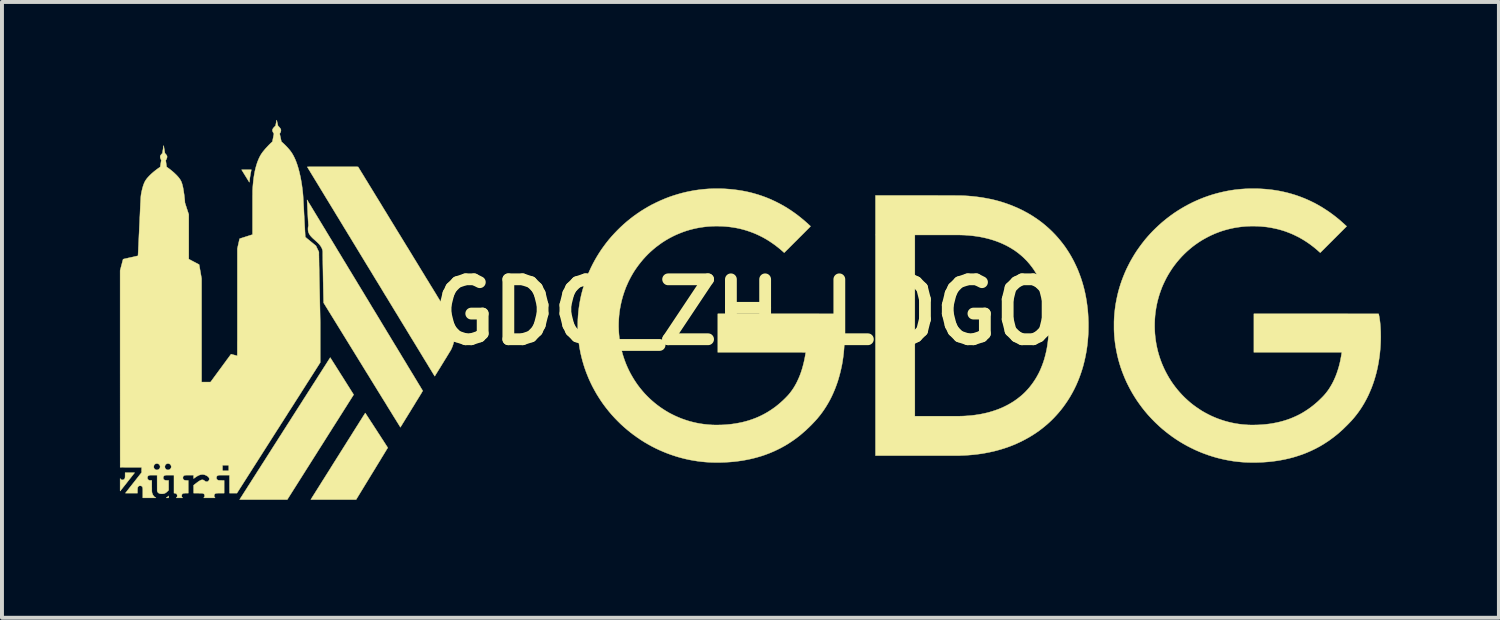
<source format=kicad_pcb>
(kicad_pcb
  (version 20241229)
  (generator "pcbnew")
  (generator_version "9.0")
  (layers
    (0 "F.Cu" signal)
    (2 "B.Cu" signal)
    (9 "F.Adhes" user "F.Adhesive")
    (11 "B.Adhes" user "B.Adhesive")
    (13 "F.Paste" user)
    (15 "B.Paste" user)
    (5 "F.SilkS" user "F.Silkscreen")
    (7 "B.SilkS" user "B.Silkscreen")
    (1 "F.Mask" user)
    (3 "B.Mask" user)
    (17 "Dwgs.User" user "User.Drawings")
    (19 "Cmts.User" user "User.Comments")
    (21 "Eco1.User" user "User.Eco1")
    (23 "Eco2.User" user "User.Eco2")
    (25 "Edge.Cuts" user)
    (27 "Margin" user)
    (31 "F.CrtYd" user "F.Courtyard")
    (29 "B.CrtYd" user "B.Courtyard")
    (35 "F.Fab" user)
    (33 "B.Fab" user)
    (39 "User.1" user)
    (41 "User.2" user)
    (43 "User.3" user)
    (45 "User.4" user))
  (footprint "GDG_ZH_LOGO"
    (layer "F.Cu")
    (at 15.939 4.889)
    (property "Reference" "GDG_ZH_LOGO" (at 0 0 0) (layer "F.SilkS") (effects (font (size 1.524 1.524) (thickness 0.3))))
    (attr through_hole)
    (fp_poly (pts (xy -14.7 4.724) (xy -14.732 4.724) (xy -14.743 4.724) (xy -14.751 4.724) (xy -14.756 4.724) (xy -14.759 4.724) (xy -14.761 4.723) (xy -14.761 4.723) (xy -14.759 4.722) (xy -14.759 4.721) (xy -14.746 4.712) (xy -14.732 4.701) (xy -14.718 4.69) (xy -14.714 4.686) (xy -14.7 4.673) (xy -14.7 4.724)) (stroke (width 0.01) (type solid)) (fill yes) (layer "F.SilkS"))
    (fp_poly (pts (xy -12.597 -3.618) (xy -12.598 -3.614) (xy -12.6 -3.606) (xy -12.602 -3.597) (xy -12.604 -3.585) (xy -12.607 -3.573) (xy -12.609 -3.559) (xy -12.612 -3.545) (xy -12.615 -3.532) (xy -12.617 -3.519) (xy -12.619 -3.507) (xy -12.621 -3.498) (xy -12.621 -3.496) (xy -12.624 -3.476) (xy -12.627 -3.456) (xy -12.631 -3.434) (xy -12.634 -3.412) (xy -12.637 -3.391) (xy -12.639 -3.371) (xy -12.641 -3.352) (xy -12.643 -3.335) (xy -12.645 -3.321) (xy -12.645 -3.318) (xy -12.646 -3.311) (xy -12.646 -3.306) (xy -12.647 -3.304) (xy -12.647 -3.304) (xy -12.648 -3.305) (xy -12.651 -3.309) (xy -12.655 -3.316) (xy -12.661 -3.325) (xy -12.668 -3.336) (xy -12.676 -3.349) (xy -12.685 -3.364) (xy -12.695 -3.38) (xy -12.706 -3.398) (xy -12.718 -3.417) (xy -12.73 -3.437) (xy -12.742 -3.456) (xy -12.755 -3.477) (xy -12.768 -3.497) (xy -12.779 -3.517) (xy -12.791 -3.535) (xy -12.801 -3.551) (xy -12.81 -3.567) (xy -12.819 -3.58) (xy -12.826 -3.592) (xy -12.832 -3.601) (xy -12.836 -3.609) (xy -12.839 -3.613) (xy -12.84 -3.615) (xy -12.844 -3.622) (xy -12.596 -3.622) (xy -12.597 -3.618)) (stroke (width 0.01) (type solid)) (fill yes) (layer "F.SilkS"))
    (fp_poly (pts (xy -15.661 4.083) (xy -15.64 4.083) (xy -15.622 4.083) (xy -15.607 4.083) (xy -15.595 4.083) (xy -15.585 4.083) (xy -15.577 4.083) (xy -15.572 4.084) (xy -15.568 4.084) (xy -15.565 4.084) (xy -15.565 4.085) (xy -15.565 4.085) (xy -15.566 4.086) (xy -15.569 4.09) (xy -15.574 4.097) (xy -15.581 4.105) (xy -15.59 4.116) (xy -15.6 4.129) (xy -15.611 4.144) (xy -15.624 4.16) (xy -15.638 4.178) (xy -15.653 4.197) (xy -15.669 4.218) (xy -15.687 4.24) (xy -15.705 4.262) (xy -15.723 4.286) (xy -15.742 4.31) (xy -15.747 4.316) (xy -15.766 4.341) (xy -15.785 4.365) (xy -15.803 4.388) (xy -15.821 4.41) (xy -15.837 4.431) (xy -15.853 4.45) (xy -15.867 4.469) (xy -15.881 4.486) (xy -15.893 4.501) (xy -15.903 4.514) (xy -15.912 4.525) (xy -15.92 4.535) (xy -15.925 4.542) (xy -15.929 4.547) (xy -15.931 4.549) (xy -15.931 4.549) (xy -15.932 4.55) (xy -15.932 4.55) (xy -15.932 4.549) (xy -15.933 4.548) (xy -15.933 4.546) (xy -15.933 4.543) (xy -15.934 4.539) (xy -15.934 4.533) (xy -15.934 4.525) (xy -15.934 4.516) (xy -15.934 4.504) (xy -15.934 4.49) (xy -15.934 4.474) (xy -15.934 4.454) (xy -15.934 4.433) (xy -15.934 4.407) (xy -15.934 4.391) (xy -15.934 4.229) (xy -15.929 4.238) (xy -15.921 4.249) (xy -15.911 4.257) (xy -15.901 4.262) (xy -15.891 4.265) (xy -15.879 4.266) (xy -15.867 4.266) (xy -15.855 4.264) (xy -15.847 4.262) (xy -15.836 4.256) (xy -15.827 4.248) (xy -15.819 4.237) (xy -15.817 4.233) (xy -15.815 4.228) (xy -15.813 4.222) (xy -15.811 4.216) (xy -15.81 4.209) (xy -15.809 4.202) (xy -15.808 4.192) (xy -15.808 4.18) (xy -15.807 4.167) (xy -15.807 4.15) (xy -15.807 4.14) (xy -15.807 4.083) (xy -15.685 4.083) (xy -15.661 4.083)) (stroke (width 0.01) (type solid)) (fill yes) (layer "F.SilkS"))
    (fp_poly (pts (xy -9.698 2.567) (xy -9.695 2.571) (xy -9.691 2.578) (xy -9.685 2.587) (xy -9.677 2.598) (xy -9.669 2.612) (xy -9.658 2.628) (xy -9.647 2.645) (xy -9.634 2.665) (xy -9.62 2.686) (xy -9.606 2.708) (xy -9.59 2.732) (xy -9.574 2.757) (xy -9.557 2.784) (xy -9.539 2.811) (xy -9.52 2.839) (xy -9.502 2.868) (xy -9.482 2.898) (xy -9.463 2.928) (xy -9.443 2.958) (xy -9.423 2.989) (xy -9.403 3.02) (xy -9.384 3.05) (xy -9.364 3.081) (xy -9.344 3.111) (xy -9.325 3.14) (xy -9.306 3.17) (xy -9.288 3.198) (xy -9.27 3.225) (xy -9.253 3.252) (xy -9.236 3.277) (xy -9.221 3.302) (xy -9.206 3.324) (xy -9.192 3.346) (xy -9.18 3.365) (xy -9.168 3.383) (xy -9.158 3.399) (xy -9.149 3.413) (xy -9.141 3.425) (xy -9.135 3.435) (xy -9.131 3.442) (xy -9.128 3.446) (xy -9.127 3.448) (xy -9.127 3.448) (xy -9.128 3.45) (xy -9.13 3.454) (xy -9.134 3.461) (xy -9.14 3.471) (xy -9.148 3.483) (xy -9.157 3.497) (xy -9.167 3.514) (xy -9.179 3.534) (xy -9.192 3.555) (xy -9.206 3.579) (xy -9.222 3.604) (xy -9.238 3.631) (xy -9.256 3.66) (xy -9.275 3.691) (xy -9.295 3.724) (xy -9.315 3.758) (xy -9.337 3.793) (xy -9.359 3.83) (xy -9.383 3.868) (xy -9.406 3.907) (xy -9.431 3.947) (xy -9.456 3.989) (xy -9.482 4.031) (xy -9.508 4.074) (xy -9.53 4.109) (xy -9.932 4.768) (xy -10.509 4.768) (xy -10.567 4.768) (xy -10.622 4.768) (xy -10.674 4.768) (xy -10.723 4.768) (xy -10.769 4.768) (xy -10.813 4.768) (xy -10.853 4.768) (xy -10.889 4.768) (xy -10.923 4.768) (xy -10.954 4.768) (xy -10.981 4.768) (xy -11.006 4.768) (xy -11.027 4.768) (xy -11.045 4.768) (xy -11.059 4.767) (xy -11.07 4.767) (xy -11.078 4.767) (xy -11.083 4.767) (xy -11.084 4.767) (xy -11.083 4.765) (xy -11.081 4.761) (xy -11.076 4.754) (xy -11.07 4.744) (xy -11.063 4.732) (xy -11.053 4.717) (xy -11.043 4.7) (xy -11.031 4.681) (xy -11.017 4.66) (xy -11.003 4.636) (xy -10.986 4.611) (xy -10.969 4.583) (xy -10.951 4.554) (xy -10.931 4.523) (xy -10.911 4.49) (xy -10.889 4.456) (xy -10.867 4.42) (xy -10.843 4.383) (xy -10.819 4.344) (xy -10.794 4.304) (xy -10.768 4.263) (xy -10.741 4.221) (xy -10.714 4.178) (xy -10.686 4.133) (xy -10.658 4.089) (xy -10.629 4.043) (xy -10.6 3.997) (xy -10.571 3.95) (xy -10.541 3.902) (xy -10.511 3.854) (xy -10.481 3.806) (xy -10.45 3.758) (xy -10.42 3.709) (xy -10.389 3.661) (xy -10.358 3.612) (xy -10.328 3.563) (xy -10.297 3.515) (xy -10.267 3.467) (xy -10.237 3.419) (xy -10.207 3.372) (xy -10.178 3.325) (xy -10.149 3.279) (xy -10.12 3.233) (xy -10.092 3.189) (xy -10.064 3.145) (xy -10.037 3.102) (xy -10.011 3.06) (xy -9.985 3.019) (xy -9.96 2.979) (xy -9.936 2.941) (xy -9.913 2.904) (xy -9.89 2.869) (xy -9.869 2.835) (xy -9.849 2.802) (xy -9.829 2.771) (xy -9.811 2.743) (xy -9.794 2.716) (xy -9.778 2.69) (xy -9.764 2.667) (xy -9.75 2.646) (xy -9.739 2.628) (xy -9.728 2.611) (xy -9.719 2.597) (xy -9.712 2.586) (xy -9.706 2.577) (xy -9.702 2.57) (xy -9.7 2.566) (xy -9.699 2.565) (xy -9.698 2.567)) (stroke (width 0.01) (type solid)) (fill yes) (layer "F.SilkS"))
    (fp_poly (pts (xy -10.589 1.157) (xy -10.586 1.161) (xy -10.582 1.168) (xy -10.576 1.177) (xy -10.568 1.189) (xy -10.559 1.203) (xy -10.549 1.22) (xy -10.537 1.238) (xy -10.524 1.259) (xy -10.51 1.281) (xy -10.494 1.306) (xy -10.478 1.332) (xy -10.46 1.359) (xy -10.442 1.388) (xy -10.423 1.419) (xy -10.403 1.45) (xy -10.382 1.483) (xy -10.361 1.517) (xy -10.339 1.552) (xy -10.316 1.588) (xy -10.293 1.624) (xy -10.291 1.627) (xy -9.994 2.099) (xy -10.01 2.124) (xy -10.012 2.127) (xy -10.015 2.132) (xy -10.02 2.14) (xy -10.027 2.151) (xy -10.036 2.165) (xy -10.046 2.181) (xy -10.057 2.199) (xy -10.071 2.22) (xy -10.085 2.243) (xy -10.101 2.268) (xy -10.119 2.296) (xy -10.138 2.326) (xy -10.158 2.358) (xy -10.179 2.392) (xy -10.202 2.428) (xy -10.226 2.465) (xy -10.251 2.505) (xy -10.277 2.546) (xy -10.304 2.589) (xy -10.333 2.634) (xy -10.362 2.68) (xy -10.392 2.728) (xy -10.423 2.777) (xy -10.455 2.827) (xy -10.488 2.879) (xy -10.522 2.932) (xy -10.556 2.986) (xy -10.591 3.042) (xy -10.627 3.098) (xy -10.663 3.155) (xy -10.7 3.214) (xy -10.737 3.273) (xy -10.775 3.333) (xy -10.813 3.393) (xy -10.852 3.454) (xy -10.855 3.459) (xy -11.683 4.768) (xy -12.289 4.768) (xy -12.334 4.768) (xy -12.379 4.768) (xy -12.422 4.768) (xy -12.464 4.768) (xy -12.505 4.768) (xy -12.544 4.768) (xy -12.582 4.768) (xy -12.619 4.768) (xy -12.653 4.768) (xy -12.686 4.768) (xy -12.717 4.768) (xy -12.746 4.768) (xy -12.773 4.768) (xy -12.797 4.768) (xy -12.819 4.768) (xy -12.838 4.768) (xy -12.855 4.767) (xy -12.869 4.767) (xy -12.88 4.767) (xy -12.888 4.767) (xy -12.893 4.767) (xy -12.894 4.767) (xy -12.893 4.765) (xy -12.891 4.761) (xy -12.886 4.754) (xy -12.88 4.744) (xy -12.872 4.732) (xy -12.863 4.717) (xy -12.852 4.7) (xy -12.839 4.68) (xy -12.825 4.658) (xy -12.81 4.634) (xy -12.793 4.607) (xy -12.775 4.579) (xy -12.755 4.548) (xy -12.734 4.515) (xy -12.712 4.481) (xy -12.689 4.444) (xy -12.665 4.406) (xy -12.639 4.366) (xy -12.612 4.324) (xy -12.585 4.281) (xy -12.556 4.236) (xy -12.527 4.19) (xy -12.496 4.142) (xy -12.465 4.093) (xy -12.433 4.042) (xy -12.4 3.991) (xy -12.366 3.938) (xy -12.332 3.884) (xy -12.297 3.83) (xy -12.261 3.774) (xy -12.225 3.717) (xy -12.189 3.66) (xy -12.152 3.602) (xy -12.114 3.543) (xy -12.076 3.483) (xy -12.038 3.423) (xy -11.999 3.362) (xy -11.96 3.301) (xy -11.921 3.24) (xy -11.882 3.178) (xy -11.842 3.117) (xy -11.803 3.055) (xy -11.763 2.992) (xy -11.723 2.93) (xy -11.684 2.868) (xy -11.644 2.806) (xy -11.604 2.744) (xy -11.565 2.682) (xy -11.526 2.621) (xy -11.487 2.56) (xy -11.448 2.499) (xy -11.41 2.439) (xy -11.372 2.38) (xy -11.334 2.321) (xy -11.297 2.263) (xy -11.261 2.205) (xy -11.224 2.149) (xy -11.189 2.093) (xy -11.154 2.038) (xy -11.119 1.984) (xy -11.086 1.932) (xy -11.053 1.88) (xy -11.021 1.83) (xy -10.989 1.781) (xy -10.959 1.733) (xy -10.929 1.687) (xy -10.901 1.642) (xy -10.873 1.598) (xy -10.846 1.557) (xy -10.821 1.517) (xy -10.796 1.478) (xy -10.773 1.442) (xy -10.751 1.407) (xy -10.73 1.375) (xy -10.71 1.344) (xy -10.692 1.315) (xy -10.675 1.289) (xy -10.66 1.264) (xy -10.646 1.242) (xy -10.633 1.223) (xy -10.622 1.205) (xy -10.612 1.191) (xy -10.604 1.178) (xy -10.598 1.168) (xy -10.594 1.161) (xy -10.591 1.157) (xy -10.59 1.155) (xy -10.59 1.155) (xy -10.589 1.157)) (stroke (width 0.01) (type solid)) (fill yes) (layer "F.SilkS"))
    (fp_poly (pts (xy -11.178 -2.855) (xy -11.175 -2.85) (xy -11.171 -2.843) (xy -11.165 -2.834) (xy -11.158 -2.821) (xy -11.148 -2.806) (xy -11.138 -2.788) (xy -11.126 -2.768) (xy -11.112 -2.746) (xy -11.097 -2.721) (xy -11.08 -2.694) (xy -11.062 -2.664) (xy -11.043 -2.633) (xy -11.023 -2.599) (xy -11.001 -2.563) (xy -10.978 -2.525) (xy -10.954 -2.485) (xy -10.928 -2.443) (xy -10.902 -2.399) (xy -10.874 -2.354) (xy -10.846 -2.307) (xy -10.816 -2.258) (xy -10.785 -2.207) (xy -10.754 -2.155) (xy -10.721 -2.102) (xy -10.688 -2.046) (xy -10.654 -1.99) (xy -10.619 -1.932) (xy -10.583 -1.873) (xy -10.546 -1.813) (xy -10.509 -1.751) (xy -10.471 -1.689) (xy -10.433 -1.625) (xy -10.394 -1.56) (xy -10.354 -1.495) (xy -10.314 -1.429) (xy -10.273 -1.361) (xy -10.232 -1.293) (xy -10.19 -1.225) (xy -10.148 -1.155) (xy -10.106 -1.085) (xy -10.063 -1.015) (xy -10.02 -0.944) (xy -9.977 -0.873) (xy -9.933 -0.801) (xy -9.89 -0.729) (xy -9.846 -0.657) (xy -9.802 -0.584) (xy -9.758 -0.512) (xy -9.714 -0.439) (xy -9.67 -0.366) (xy -9.626 -0.294) (xy -9.582 -0.221) (xy -9.539 -0.149) (xy -9.495 -0.077) (xy -9.451 -0.005) (xy -9.408 0.066) (xy -9.365 0.137) (xy -9.322 0.208) (xy -9.28 0.278) (xy -9.238 0.348) (xy -9.196 0.416) (xy -9.155 0.485) (xy -9.114 0.552) (xy -9.073 0.619) (xy -9.034 0.685) (xy -8.994 0.75) (xy -8.956 0.814) (xy -8.917 0.876) (xy -8.88 0.938) (xy -8.843 0.999) (xy -8.807 1.058) (xy -8.772 1.117) (xy -8.738 1.173) (xy -8.704 1.229) (xy -8.671 1.283) (xy -8.639 1.336) (xy -8.609 1.387) (xy -8.579 1.436) (xy -8.55 1.484) (xy -8.522 1.53) (xy -8.495 1.574) (xy -8.469 1.616) (xy -8.445 1.657) (xy -8.422 1.695) (xy -8.399 1.732) (xy -8.379 1.766) (xy -8.359 1.799) (xy -8.341 1.829) (xy -8.324 1.857) (xy -8.308 1.882) (xy -8.294 1.906) (xy -8.282 1.927) (xy -8.271 1.945) (xy -8.261 1.961) (xy -8.253 1.974) (xy -8.247 1.985) (xy -8.242 1.992) (xy -8.239 1.998) (xy -8.237 2) (xy -8.237 2) (xy -8.238 2.001) (xy -8.238 2.003) (xy -8.24 2.006) (xy -8.242 2.01) (xy -8.246 2.016) (xy -8.25 2.022) (xy -8.255 2.031) (xy -8.261 2.041) (xy -8.267 2.052) (xy -8.275 2.066) (xy -8.285 2.081) (xy -8.295 2.098) (xy -8.306 2.117) (xy -8.319 2.138) (xy -8.333 2.161) (xy -8.349 2.186) (xy -8.365 2.213) (xy -8.384 2.243) (xy -8.404 2.275) (xy -8.425 2.31) (xy -8.448 2.348) (xy -8.472 2.388) (xy -8.499 2.43) (xy -8.52 2.465) (xy -8.543 2.502) (xy -8.564 2.537) (xy -8.586 2.572) (xy -8.607 2.606) (xy -8.627 2.638) (xy -8.646 2.67) (xy -8.665 2.7) (xy -8.683 2.729) (xy -8.699 2.756) (xy -8.715 2.782) (xy -8.73 2.806) (xy -8.744 2.828) (xy -8.756 2.848) (xy -8.767 2.867) (xy -8.777 2.883) (xy -8.786 2.896) (xy -8.793 2.908) (xy -8.798 2.917) (xy -8.802 2.923) (xy -8.805 2.927) (xy -8.805 2.928) (xy -8.806 2.926) (xy -8.809 2.922) (xy -8.813 2.915) (xy -8.819 2.905) (xy -8.827 2.893) (xy -8.836 2.878) (xy -8.847 2.86) (xy -8.859 2.84) (xy -8.873 2.818) (xy -8.889 2.793) (xy -8.905 2.766) (xy -8.923 2.737) (xy -8.943 2.705) (xy -8.964 2.672) (xy -8.986 2.636) (xy -9.009 2.599) (xy -9.033 2.559) (xy -9.059 2.517) (xy -9.086 2.474) (xy -9.114 2.429) (xy -9.143 2.382) (xy -9.172 2.333) (xy -9.203 2.283) (xy -9.235 2.232) (xy -9.268 2.179) (xy -9.302 2.124) (xy -9.336 2.068) (xy -9.372 2.011) (xy -9.408 1.952) (xy -9.444 1.893) (xy -9.482 1.832) (xy -9.52 1.77) (xy -9.559 1.707) (xy -9.598 1.643) (xy -9.638 1.578) (xy -9.679 1.513) (xy -9.72 1.446) (xy -9.761 1.379) (xy -9.782 1.345) (xy -10.758 -0.238) (xy -10.762 -0.419) (xy -10.764 -0.497) (xy -10.765 -0.573) (xy -10.767 -0.647) (xy -10.768 -0.718) (xy -10.77 -0.787) (xy -10.771 -0.854) (xy -10.772 -0.917) (xy -10.773 -0.978) (xy -10.774 -1.037) (xy -10.775 -1.093) (xy -10.776 -1.146) (xy -10.777 -1.196) (xy -10.778 -1.243) (xy -10.778 -1.287) (xy -10.779 -1.328) (xy -10.779 -1.366) (xy -10.779 -1.401) (xy -10.78 -1.433) (xy -10.78 -1.461) (xy -10.78 -1.484) (xy -10.78 -1.5) (xy -10.78 -1.514) (xy -10.78 -1.525) (xy -10.78 -1.534) (xy -10.78 -1.541) (xy -10.781 -1.547) (xy -10.781 -1.552) (xy -10.782 -1.556) (xy -10.783 -1.561) (xy -10.784 -1.566) (xy -10.784 -1.568) (xy -10.792 -1.597) (xy -10.803 -1.625) (xy -10.817 -1.653) (xy -10.834 -1.68) (xy -10.854 -1.707) (xy -10.859 -1.713) (xy -10.869 -1.725) (xy -10.88 -1.737) (xy -10.893 -1.751) (xy -10.909 -1.766) (xy -10.926 -1.783) (xy -10.946 -1.801) (xy -10.968 -1.821) (xy -10.976 -1.828) (xy -10.999 -1.849) (xy -11.02 -1.867) (xy -11.038 -1.884) (xy -11.054 -1.9) (xy -11.068 -1.915) (xy -11.081 -1.929) (xy -11.092 -1.942) (xy -11.102 -1.954) (xy -11.11 -1.966) (xy -11.118 -1.979) (xy -11.125 -1.991) (xy -11.131 -2.004) (xy -11.139 -2.021) (xy -11.145 -2.037) (xy -11.149 -2.052) (xy -11.152 -2.068) (xy -11.154 -2.086) (xy -11.155 -2.103) (xy -11.155 -2.126) (xy -11.154 -2.147) (xy -11.151 -2.167) (xy -11.147 -2.187) (xy -11.145 -2.193) (xy -11.144 -2.198) (xy -11.144 -2.202) (xy -11.144 -2.208) (xy -11.144 -2.215) (xy -11.145 -2.224) (xy -11.145 -2.226) (xy -11.146 -2.245) (xy -11.148 -2.263) (xy -11.149 -2.282) (xy -11.15 -2.302) (xy -11.152 -2.323) (xy -11.153 -2.346) (xy -11.155 -2.37) (xy -11.156 -2.395) (xy -11.158 -2.423) (xy -11.159 -2.453) (xy -11.161 -2.485) (xy -11.163 -2.52) (xy -11.164 -2.558) (xy -11.166 -2.599) (xy -11.167 -2.606) (xy -11.168 -2.63) (xy -11.169 -2.654) (xy -11.17 -2.678) (xy -11.171 -2.701) (xy -11.172 -2.722) (xy -11.173 -2.743) (xy -11.174 -2.761) (xy -11.175 -2.778) (xy -11.176 -2.792) (xy -11.176 -2.803) (xy -11.177 -2.811) (xy -11.178 -2.823) (xy -11.178 -2.833) (xy -11.179 -2.843) (xy -11.179 -2.85) (xy -11.179 -2.854) (xy -11.179 -2.856) (xy -11.178 -2.855)) (stroke (width 0.01) (type solid)) (fill yes) (layer "F.SilkS"))
    (fp_poly (pts (xy -10.42 -3.697) (xy -10.371 -3.697) (xy -10.325 -3.697) (xy -10.282 -3.697) (xy -10.242 -3.697) (xy -10.204 -3.696) (xy -10.169 -3.696) (xy -10.137 -3.696) (xy -10.108 -3.696) (xy -10.08 -3.696) (xy -10.055 -3.696) (xy -10.032 -3.696) (xy -10.012 -3.696) (xy -9.993 -3.696) (xy -9.976 -3.696) (xy -9.961 -3.696) (xy -9.947 -3.696) (xy -9.936 -3.696) (xy -9.925 -3.696) (xy -9.916 -3.696) (xy -9.909 -3.696) (xy -9.902 -3.695) (xy -9.897 -3.695) (xy -9.892 -3.695) (xy -9.889 -3.695) (xy -9.886 -3.695) (xy -9.884 -3.695) (xy -9.882 -3.694) (xy -9.881 -3.694) (xy -9.881 -3.694) (xy -9.88 -3.694) (xy -9.88 -3.694) (xy -9.879 -3.692) (xy -9.877 -3.688) (xy -9.872 -3.681) (xy -9.866 -3.671) (xy -9.859 -3.658) (xy -9.849 -3.643) (xy -9.839 -3.626) (xy -9.826 -3.606) (xy -9.813 -3.584) (xy -9.798 -3.559) (xy -9.781 -3.532) (xy -9.763 -3.503) (xy -9.744 -3.472) (xy -9.724 -3.439) (xy -9.703 -3.404) (xy -9.68 -3.366) (xy -9.656 -3.328) (xy -9.631 -3.287) (xy -9.605 -3.244) (xy -9.578 -3.2) (xy -9.55 -3.155) (xy -9.521 -3.107) (xy -9.491 -3.059) (xy -9.461 -3.009) (xy -9.429 -2.957) (xy -9.397 -2.905) (xy -9.364 -2.851) (xy -9.33 -2.796) (xy -9.296 -2.74) (xy -9.261 -2.682) (xy -9.226 -2.624) (xy -9.19 -2.566) (xy -9.153 -2.506) (xy -9.116 -2.445) (xy -9.079 -2.384) (xy -9.041 -2.322) (xy -9.003 -2.26) (xy -8.964 -2.197) (xy -8.926 -2.134) (xy -8.887 -2.07) (xy -8.848 -2.007) (xy -8.808 -1.942) (xy -8.769 -1.878) (xy -8.73 -1.814) (xy -8.69 -1.749) (xy -8.651 -1.685) (xy -8.611 -1.621) (xy -8.572 -1.557) (xy -8.533 -1.493) (xy -8.494 -1.429) (xy -8.456 -1.366) (xy -8.417 -1.303) (xy -8.379 -1.241) (xy -8.341 -1.179) (xy -8.304 -1.118) (xy -8.267 -1.057) (xy -8.23 -0.997) (xy -8.194 -0.938) (xy -8.159 -0.88) (xy -8.124 -0.823) (xy -8.089 -0.767) (xy -8.056 -0.712) (xy -8.023 -0.658) (xy -7.99 -0.605) (xy -7.959 -0.554) (xy -7.928 -0.504) (xy -7.898 -0.455) (xy -7.87 -0.408) (xy -7.842 -0.362) (xy -7.815 -0.318) (xy -7.789 -0.275) (xy -7.764 -0.235) (xy -7.74 -0.195) (xy -7.717 -0.158) (xy -7.696 -0.123) (xy -7.675 -0.09) (xy -7.656 -0.059) (xy -7.638 -0.029) (xy -7.622 -0.002) (xy -7.607 0.022) (xy -7.593 0.045) (xy -7.581 0.065) (xy -7.57 0.082) (xy -7.561 0.097) (xy -7.553 0.11) (xy -7.547 0.12) (xy -7.543 0.127) (xy -7.54 0.132) (xy -7.539 0.133) (xy -7.516 0.175) (xy -7.495 0.22) (xy -7.477 0.266) (xy -7.461 0.314) (xy -7.448 0.363) (xy -7.439 0.412) (xy -7.436 0.431) (xy -7.43 0.482) (xy -7.427 0.533) (xy -7.426 0.584) (xy -7.429 0.635) (xy -7.434 0.685) (xy -7.436 0.696) (xy -7.443 0.74) (xy -7.454 0.784) (xy -7.466 0.827) (xy -7.481 0.87) (xy -7.497 0.91) (xy -7.515 0.949) (xy -7.527 0.971) (xy -7.529 0.974) (xy -7.532 0.98) (xy -7.537 0.988) (xy -7.544 0.999) (xy -7.552 1.011) (xy -7.561 1.026) (xy -7.571 1.043) (xy -7.582 1.061) (xy -7.594 1.081) (xy -7.607 1.102) (xy -7.621 1.125) (xy -7.635 1.149) (xy -7.65 1.173) (xy -7.666 1.198) (xy -7.682 1.224) (xy -7.698 1.25) (xy -7.714 1.277) (xy -7.731 1.304) (xy -7.747 1.33) (xy -7.763 1.357) (xy -7.78 1.383) (xy -7.795 1.409) (xy -7.811 1.434) (xy -7.826 1.458) (xy -7.84 1.481) (xy -7.854 1.503) (xy -7.867 1.524) (xy -7.879 1.544) (xy -7.89 1.561) (xy -7.9 1.577) (xy -7.908 1.592) (xy -7.916 1.604) (xy -7.922 1.614) (xy -7.927 1.621) (xy -7.93 1.626) (xy -7.932 1.629) (xy -7.932 1.629) (xy -7.933 1.628) (xy -7.935 1.623) (xy -7.94 1.616) (xy -7.946 1.607) (xy -7.953 1.595) (xy -7.962 1.58) (xy -7.972 1.564) (xy -7.984 1.545) (xy -7.997 1.524) (xy -8.011 1.5) (xy -8.026 1.475) (xy -8.043 1.448) (xy -8.06 1.42) (xy -8.079 1.39) (xy -8.098 1.358) (xy -8.118 1.324) (xy -8.139 1.29) (xy -8.161 1.254) (xy -8.184 1.217) (xy -8.207 1.179) (xy -8.231 1.14) (xy -8.255 1.1) (xy -8.28 1.059) (xy -8.288 1.045) (xy -8.303 1.021) (xy -8.319 0.994) (xy -8.337 0.965) (xy -8.357 0.932) (xy -8.378 0.898) (xy -8.401 0.86) (xy -8.425 0.82) (xy -8.451 0.778) (xy -8.478 0.734) (xy -8.507 0.687) (xy -8.537 0.638) (xy -8.568 0.587) (xy -8.6 0.534) (xy -8.634 0.478) (xy -8.668 0.421) (xy -8.704 0.363) (xy -8.741 0.302) (xy -8.779 0.24) (xy -8.818 0.176) (xy -8.857 0.111) (xy -8.898 0.044) (xy -8.94 -0.024) (xy -8.982 -0.093) (xy -9.025 -0.164) (xy -9.069 -0.236) (xy -9.113 -0.309) (xy -9.158 -0.383) (xy -9.204 -0.457) (xy -9.25 -0.533) (xy -9.296 -0.61) (xy -9.343 -0.687) (xy -9.391 -0.765) (xy -9.439 -0.843) (xy -9.487 -0.922) (xy -9.535 -1.002) (xy -9.584 -1.082) (xy -9.633 -1.162) (xy -9.682 -1.242) (xy -9.731 -1.323) (xy -9.78 -1.403) (xy -9.829 -1.484) (xy -9.878 -1.565) (xy -9.909 -1.616) (xy -9.956 -1.693) (xy -10.003 -1.77) (xy -10.049 -1.846) (xy -10.095 -1.922) (xy -10.141 -1.996) (xy -10.185 -2.07) (xy -10.23 -2.142) (xy -10.273 -2.214) (xy -10.316 -2.284) (xy -10.358 -2.354) (xy -10.4 -2.422) (xy -10.441 -2.489) (xy -10.481 -2.555) (xy -10.52 -2.62) (xy -10.559 -2.683) (xy -10.596 -2.745) (xy -10.633 -2.805) (xy -10.669 -2.864) (xy -10.704 -2.921) (xy -10.738 -2.977) (xy -10.77 -3.03) (xy -10.802 -3.083) (xy -10.833 -3.133) (xy -10.862 -3.182) (xy -10.891 -3.229) (xy -10.918 -3.274) (xy -10.944 -3.316) (xy -10.969 -3.357) (xy -10.993 -3.396) (xy -11.015 -3.433) (xy -11.036 -3.467) (xy -11.056 -3.5) (xy -11.074 -3.53) (xy -11.091 -3.557) (xy -11.106 -3.583) (xy -11.12 -3.606) (xy -11.133 -3.626) (xy -11.143 -3.644) (xy -11.153 -3.659) (xy -11.16 -3.672) (xy -11.166 -3.682) (xy -11.171 -3.689) (xy -11.173 -3.693) (xy -11.174 -3.695) (xy -11.174 -3.695) (xy -11.173 -3.695) (xy -11.168 -3.695) (xy -11.159 -3.695) (xy -11.148 -3.695) (xy -11.133 -3.696) (xy -11.115 -3.696) (xy -11.094 -3.696) (xy -11.07 -3.696) (xy -11.043 -3.696) (xy -11.013 -3.696) (xy -10.98 -3.696) (xy -10.944 -3.696) (xy -10.906 -3.696) (xy -10.864 -3.696) (xy -10.82 -3.696) (xy -10.773 -3.696) (xy -10.724 -3.696) (xy -10.672 -3.697) (xy -10.618 -3.697) (xy -10.561 -3.697) (xy -10.529 -3.697) (xy -10.473 -3.697) (xy -10.42 -3.697)) (stroke (width 0.01) (type solid)) (fill yes) (layer "F.SilkS"))
    (fp_poly (pts (xy 4.301 -2.967) (xy 4.375 -2.967) (xy 4.447 -2.967) (xy 4.515 -2.967) (xy 4.58 -2.967) (xy 4.642 -2.967) (xy 4.701 -2.967) (xy 4.757 -2.967) (xy 4.811 -2.967) (xy 4.861 -2.967) (xy 4.909 -2.966) (xy 4.955 -2.966) (xy 4.998 -2.966) (xy 5.038 -2.966) (xy 5.077 -2.966) (xy 5.113 -2.966) (xy 5.147 -2.966) (xy 5.178 -2.966) (xy 5.208 -2.966) (xy 5.236 -2.966) (xy 5.262 -2.966) (xy 5.287 -2.966) (xy 5.309 -2.965) (xy 5.331 -2.965) (xy 5.35 -2.965) (xy 5.369 -2.965) (xy 5.386 -2.965) (xy 5.401 -2.965) (xy 5.416 -2.964) (xy 5.43 -2.964) (xy 5.442 -2.964) (xy 5.454 -2.964) (xy 5.465 -2.964) (xy 5.475 -2.963) (xy 5.484 -2.963) (xy 5.493 -2.963) (xy 5.501 -2.962) (xy 5.509 -2.962) (xy 5.517 -2.962) (xy 5.519 -2.962) (xy 5.636 -2.955) (xy 5.751 -2.945) (xy 5.864 -2.932) (xy 5.975 -2.917) (xy 6.084 -2.898) (xy 6.192 -2.877) (xy 6.298 -2.853) (xy 6.402 -2.826) (xy 6.505 -2.796) (xy 6.605 -2.763) (xy 6.704 -2.727) (xy 6.801 -2.688) (xy 6.897 -2.647) (xy 6.99 -2.603) (xy 7.082 -2.555) (xy 7.161 -2.512) (xy 7.247 -2.461) (xy 7.33 -2.407) (xy 7.411 -2.352) (xy 7.49 -2.294) (xy 7.567 -2.233) (xy 7.641 -2.17) (xy 7.714 -2.104) (xy 7.783 -2.037) (xy 7.851 -1.967) (xy 7.916 -1.895) (xy 7.978 -1.821) (xy 8.038 -1.746) (xy 8.096 -1.668) (xy 8.15 -1.588) (xy 8.203 -1.506) (xy 8.253 -1.422) (xy 8.301 -1.335) (xy 8.334 -1.271) (xy 8.378 -1.179) (xy 8.42 -1.086) (xy 8.458 -0.99) (xy 8.494 -0.893) (xy 8.527 -0.794) (xy 8.557 -0.694) (xy 8.584 -0.592) (xy 8.608 -0.489) (xy 8.629 -0.384) (xy 8.647 -0.278) (xy 8.662 -0.171) (xy 8.675 -0.062) (xy 8.684 0.048) (xy 8.69 0.159) (xy 8.694 0.271) (xy 8.694 0.384) (xy 8.693 0.419) (xy 8.693 0.447) (xy 8.692 0.473) (xy 8.692 0.497) (xy 8.691 0.519) (xy 8.69 0.541) (xy 8.689 0.562) (xy 8.687 0.585) (xy 8.686 0.608) (xy 8.684 0.634) (xy 8.684 0.635) (xy 8.675 0.745) (xy 8.663 0.853) (xy 8.648 0.961) (xy 8.629 1.067) (xy 8.608 1.171) (xy 8.584 1.274) (xy 8.558 1.376) (xy 8.528 1.476) (xy 8.495 1.575) (xy 8.46 1.671) (xy 8.422 1.766) (xy 8.381 1.86) (xy 8.337 1.951) (xy 8.29 2.041) (xy 8.275 2.068) (xy 8.225 2.155) (xy 8.172 2.24) (xy 8.116 2.323) (xy 8.058 2.404) (xy 7.998 2.482) (xy 7.935 2.558) (xy 7.869 2.632) (xy 7.801 2.704) (xy 7.731 2.773) (xy 7.658 2.84) (xy 7.583 2.904) (xy 7.546 2.934) (xy 7.468 2.995) (xy 7.387 3.053) (xy 7.303 3.109) (xy 7.218 3.162) (xy 7.131 3.212) (xy 7.042 3.26) (xy 6.951 3.305) (xy 6.858 3.348) (xy 6.763 3.388) (xy 6.666 3.425) (xy 6.567 3.459) (xy 6.467 3.49) (xy 6.365 3.519) (xy 6.278 3.541) (xy 6.177 3.563) (xy 6.074 3.583) (xy 5.97 3.601) (xy 5.865 3.615) (xy 5.759 3.627) (xy 5.651 3.636) (xy 5.54 3.643) (xy 5.428 3.647) (xy 5.426 3.647) (xy 5.42 3.648) (xy 5.41 3.648) (xy 5.398 3.648) (xy 5.382 3.648) (xy 5.362 3.648) (xy 5.34 3.648) (xy 5.315 3.648) (xy 5.287 3.648) (xy 5.256 3.648) (xy 5.222 3.648) (xy 5.185 3.648) (xy 5.146 3.649) (xy 5.104 3.649) (xy 5.059 3.649) (xy 5.012 3.649) (xy 4.963 3.649) (xy 4.911 3.649) (xy 4.857 3.649) (xy 4.8 3.649) (xy 4.742 3.649) (xy 4.681 3.649) (xy 4.618 3.649) (xy 4.553 3.649) (xy 4.486 3.649) (xy 4.418 3.649) (xy 4.347 3.649) (xy 4.319 3.649) (xy 3.278 3.649) (xy 3.278 2.647) (xy 4.279 2.647) (xy 4.848 2.647) (xy 4.898 2.647) (xy 4.946 2.647) (xy 4.993 2.647) (xy 5.038 2.647) (xy 5.082 2.647) (xy 5.124 2.646) (xy 5.164 2.646) (xy 5.202 2.646) (xy 5.238 2.646) (xy 5.272 2.646) (xy 5.303 2.646) (xy 5.332 2.646) (xy 5.359 2.646) (xy 5.383 2.646) (xy 5.404 2.646) (xy 5.423 2.646) (xy 5.438 2.645) (xy 5.451 2.645) (xy 5.46 2.645) (xy 5.466 2.645) (xy 5.466 2.645) (xy 5.554 2.641) (xy 5.64 2.635) (xy 5.723 2.628) (xy 5.804 2.618) (xy 5.884 2.606) (xy 5.962 2.593) (xy 6.038 2.577) (xy 6.114 2.56) (xy 6.157 2.549) (xy 6.239 2.525) (xy 6.319 2.499) (xy 6.398 2.471) (xy 6.474 2.44) (xy 6.549 2.406) (xy 6.621 2.37) (xy 6.691 2.332) (xy 6.759 2.291) (xy 6.825 2.248) (xy 6.888 2.203) (xy 6.949 2.155) (xy 7.008 2.106) (xy 7.064 2.054) (xy 7.112 2.005) (xy 7.165 1.947) (xy 7.215 1.887) (xy 7.263 1.824) (xy 7.308 1.76) (xy 7.351 1.694) (xy 7.391 1.626) (xy 7.429 1.555) (xy 7.464 1.483) (xy 7.496 1.408) (xy 7.526 1.331) (xy 7.554 1.252) (xy 7.579 1.171) (xy 7.601 1.087) (xy 7.617 1.02) (xy 7.634 0.941) (xy 7.648 0.859) (xy 7.66 0.775) (xy 7.67 0.69) (xy 7.678 0.603) (xy 7.683 0.514) (xy 7.686 0.425) (xy 7.687 0.335) (xy 7.686 0.244) (xy 7.682 0.153) (xy 7.68 0.113) (xy 7.673 0.019) (xy 7.662 -0.074) (xy 7.65 -0.165) (xy 7.634 -0.254) (xy 7.616 -0.341) (xy 7.596 -0.426) (xy 7.572 -0.509) (xy 7.546 -0.589) (xy 7.518 -0.668) (xy 7.487 -0.745) (xy 7.453 -0.82) (xy 7.417 -0.893) (xy 7.379 -0.963) (xy 7.337 -1.031) (xy 7.294 -1.097) (xy 7.247 -1.161) (xy 7.198 -1.223) (xy 7.147 -1.282) (xy 7.145 -1.284) (xy 7.136 -1.295) (xy 7.124 -1.307) (xy 7.111 -1.321) (xy 7.097 -1.335) (xy 7.083 -1.349) (xy 7.069 -1.363) (xy 7.055 -1.377) (xy 7.043 -1.388) (xy 7.033 -1.398) (xy 6.975 -1.449) (xy 6.914 -1.499) (xy 6.851 -1.546) (xy 6.786 -1.59) (xy 6.718 -1.632) (xy 6.648 -1.672) (xy 6.576 -1.709) (xy 6.502 -1.744) (xy 6.426 -1.776) (xy 6.347 -1.806) (xy 6.267 -1.833) (xy 6.184 -1.858) (xy 6.1 -1.88) (xy 6.013 -1.9) (xy 5.925 -1.917) (xy 5.835 -1.931) (xy 5.742 -1.943) (xy 5.649 -1.952) (xy 5.612 -1.955) (xy 5.6 -1.956) (xy 5.589 -1.956) (xy 5.579 -1.957) (xy 5.568 -1.958) (xy 5.558 -1.958) (xy 5.547 -1.959) (xy 5.536 -1.96) (xy 5.525 -1.96) (xy 5.513 -1.961) (xy 5.501 -1.961) (xy 5.489 -1.961) (xy 5.475 -1.962) (xy 5.46 -1.962) (xy 5.445 -1.962) (xy 5.428 -1.963) (xy 5.41 -1.963) (xy 5.39 -1.963) (xy 5.369 -1.963) (xy 5.346 -1.964) (xy 5.322 -1.964) (xy 5.295 -1.964) (xy 5.267 -1.964) (xy 5.236 -1.964) (xy 5.203 -1.964) (xy 5.168 -1.964) (xy 5.13 -1.964) (xy 5.09 -1.964) (xy 5.046 -1.964) (xy 5 -1.964) (xy 4.951 -1.964) (xy 4.899 -1.964) (xy 4.843 -1.964) (xy 4.843 -1.964) (xy 4.279 -1.964) (xy 4.279 2.647) (xy 3.278 2.647) (xy 3.278 -2.967) (xy 4.301 -2.967)) (stroke (width 0.01) (type solid)) (fill yes) (layer "F.SilkS"))
    (fp_poly (pts (xy 12.925 -3.141) (xy 12.947 -3.141) (xy 12.966 -3.14) (xy 12.984 -3.14) (xy 12.999 -3.14) (xy 13.006 -3.14) (xy 13.1 -3.135) (xy 13.193 -3.129) (xy 13.283 -3.12) (xy 13.372 -3.11) (xy 13.46 -3.097) (xy 13.547 -3.082) (xy 13.634 -3.064) (xy 13.658 -3.059) (xy 13.76 -3.035) (xy 13.861 -3.007) (xy 13.96 -2.977) (xy 14.058 -2.943) (xy 14.155 -2.906) (xy 14.251 -2.866) (xy 14.345 -2.823) (xy 14.439 -2.777) (xy 14.531 -2.727) (xy 14.621 -2.675) (xy 14.71 -2.619) (xy 14.798 -2.561) (xy 14.808 -2.554) (xy 14.848 -2.526) (xy 14.887 -2.497) (xy 14.925 -2.469) (xy 14.963 -2.44) (xy 15 -2.411) (xy 15.037 -2.381) (xy 15.075 -2.35) (xy 15.113 -2.317) (xy 15.152 -2.282) (xy 15.193 -2.246) (xy 15.235 -2.207) (xy 15.251 -2.193) (xy 15.261 -2.183) (xy 14.926 -1.848) (xy 14.898 -1.819) (xy 14.87 -1.792) (xy 14.843 -1.765) (xy 14.817 -1.739) (xy 14.792 -1.714) (xy 14.768 -1.69) (xy 14.745 -1.667) (xy 14.723 -1.645) (xy 14.703 -1.625) (xy 14.684 -1.605) (xy 14.666 -1.588) (xy 14.65 -1.572) (xy 14.636 -1.558) (xy 14.623 -1.545) (xy 14.612 -1.534) (xy 14.603 -1.526) (xy 14.597 -1.519) (xy 14.592 -1.515) (xy 14.59 -1.512) (xy 14.59 -1.512) (xy 14.588 -1.513) (xy 14.585 -1.516) (xy 14.58 -1.521) (xy 14.574 -1.526) (xy 14.573 -1.527) (xy 14.54 -1.556) (xy 14.509 -1.584) (xy 14.479 -1.609) (xy 14.449 -1.634) (xy 14.418 -1.659) (xy 14.401 -1.672) (xy 14.327 -1.728) (xy 14.252 -1.78) (xy 14.176 -1.829) (xy 14.098 -1.875) (xy 14.019 -1.918) (xy 13.939 -1.957) (xy 13.858 -1.994) (xy 13.775 -2.027) (xy 13.692 -2.058) (xy 13.606 -2.085) (xy 13.52 -2.109) (xy 13.432 -2.129) (xy 13.343 -2.147) (xy 13.253 -2.162) (xy 13.216 -2.167) (xy 13.147 -2.174) (xy 13.075 -2.181) (xy 13.002 -2.185) (xy 12.929 -2.187) (xy 12.856 -2.188) (xy 12.785 -2.186) (xy 12.715 -2.183) (xy 12.699 -2.182) (xy 12.607 -2.174) (xy 12.515 -2.162) (xy 12.425 -2.148) (xy 12.335 -2.13) (xy 12.246 -2.109) (xy 12.159 -2.085) (xy 12.072 -2.058) (xy 11.987 -2.027) (xy 11.903 -1.994) (xy 11.82 -1.957) (xy 11.739 -1.917) (xy 11.659 -1.874) (xy 11.58 -1.829) (xy 11.503 -1.78) (xy 11.487 -1.769) (xy 11.412 -1.717) (xy 11.339 -1.662) (xy 11.269 -1.604) (xy 11.2 -1.544) (xy 11.134 -1.481) (xy 11.07 -1.416) (xy 11.009 -1.349) (xy 10.95 -1.28) (xy 10.933 -1.259) (xy 10.876 -1.185) (xy 10.823 -1.111) (xy 10.773 -1.034) (xy 10.725 -0.956) (xy 10.68 -0.876) (xy 10.639 -0.795) (xy 10.6 -0.713) (xy 10.564 -0.629) (xy 10.532 -0.544) (xy 10.502 -0.458) (xy 10.476 -0.371) (xy 10.452 -0.283) (xy 10.432 -0.193) (xy 10.415 -0.103) (xy 10.401 -0.013) (xy 10.39 0.079) (xy 10.383 0.171) (xy 10.379 0.264) (xy 10.378 0.357) (xy 10.38 0.45) (xy 10.385 0.544) (xy 10.385 0.544) (xy 10.394 0.637) (xy 10.406 0.729) (xy 10.421 0.82) (xy 10.44 0.911) (xy 10.461 1) (xy 10.486 1.088) (xy 10.514 1.176) (xy 10.545 1.262) (xy 10.579 1.347) (xy 10.616 1.43) (xy 10.656 1.512) (xy 10.699 1.592) (xy 10.744 1.671) (xy 10.793 1.749) (xy 10.844 1.824) (xy 10.899 1.898) (xy 10.956 1.97) (xy 10.965 1.981) (xy 11.02 2.044) (xy 11.077 2.106) (xy 11.137 2.167) (xy 11.157 2.186) (xy 11.224 2.248) (xy 11.292 2.307) (xy 11.363 2.363) (xy 11.436 2.416) (xy 11.511 2.467) (xy 11.587 2.516) (xy 11.666 2.561) (xy 11.746 2.603) (xy 11.827 2.643) (xy 11.91 2.679) (xy 11.99 2.711) (xy 12.076 2.741) (xy 12.163 2.769) (xy 12.251 2.793) (xy 12.34 2.814) (xy 12.43 2.832) (xy 12.52 2.846) (xy 12.612 2.857) (xy 12.695 2.864) (xy 12.757 2.868) (xy 12.822 2.87) (xy 12.888 2.87) (xy 12.955 2.869) (xy 13.023 2.867) (xy 13.09 2.863) (xy 13.157 2.858) (xy 13.216 2.852) (xy 13.308 2.841) (xy 13.398 2.826) (xy 13.485 2.809) (xy 13.571 2.789) (xy 13.655 2.766) (xy 13.738 2.74) (xy 13.818 2.712) (xy 13.897 2.68) (xy 13.974 2.646) (xy 14.05 2.609) (xy 14.124 2.569) (xy 14.196 2.525) (xy 14.267 2.479) (xy 14.337 2.43) (xy 14.405 2.378) (xy 14.471 2.323) (xy 14.513 2.287) (xy 14.532 2.27) (xy 14.552 2.251) (xy 14.572 2.232) (xy 14.592 2.212) (xy 14.612 2.193) (xy 14.632 2.173) (xy 14.65 2.155) (xy 14.667 2.137) (xy 14.682 2.121) (xy 14.691 2.111) (xy 14.734 2.06) (xy 14.776 2.006) (xy 14.816 1.949) (xy 14.853 1.889) (xy 14.889 1.827) (xy 14.923 1.762) (xy 14.954 1.695) (xy 14.984 1.625) (xy 15.011 1.553) (xy 15.036 1.478) (xy 15.06 1.401) (xy 15.081 1.322) (xy 15.1 1.24) (xy 15.116 1.155) (xy 15.116 1.155) (xy 15.118 1.144) (xy 15.121 1.131) (xy 15.123 1.117) (xy 15.125 1.103) (xy 15.128 1.089) (xy 15.13 1.075) (xy 15.132 1.062) (xy 15.134 1.051) (xy 15.135 1.041) (xy 15.136 1.033) (xy 15.137 1.028) (xy 15.137 1.027) (xy 15.137 1.023) (xy 12.902 1.023) (xy 12.902 0.042) (xy 14.488 0.042) (xy 14.561 0.042) (xy 14.634 0.042) (xy 14.705 0.042) (xy 14.776 0.042) (xy 14.845 0.042) (xy 14.914 0.042) (xy 14.981 0.042) (xy 15.047 0.042) (xy 15.111 0.042) (xy 15.174 0.042) (xy 15.236 0.042) (xy 15.296 0.043) (xy 15.354 0.043) (xy 15.411 0.043) (xy 15.466 0.043) (xy 15.519 0.043) (xy 15.57 0.043) (xy 15.619 0.043) (xy 15.666 0.043) (xy 15.711 0.043) (xy 15.754 0.043) (xy 15.794 0.043) (xy 15.832 0.043) (xy 15.868 0.043) (xy 15.901 0.043) (xy 15.931 0.043) (xy 15.959 0.043) (xy 15.984 0.043) (xy 16.006 0.043) (xy 16.025 0.043) (xy 16.041 0.043) (xy 16.054 0.043) (xy 16.064 0.043) (xy 16.071 0.044) (xy 16.075 0.044) (xy 16.075 0.044) (xy 16.076 0.046) (xy 16.077 0.051) (xy 16.079 0.058) (xy 16.081 0.068) (xy 16.083 0.078) (xy 16.085 0.09) (xy 16.088 0.102) (xy 16.09 0.115) (xy 16.092 0.126) (xy 16.094 0.137) (xy 16.095 0.143) (xy 16.103 0.196) (xy 16.11 0.251) (xy 16.116 0.31) (xy 16.121 0.37) (xy 16.124 0.433) (xy 16.127 0.497) (xy 16.128 0.562) (xy 16.129 0.629) (xy 16.128 0.696) (xy 16.126 0.764) (xy 16.123 0.832) (xy 16.119 0.899) (xy 16.115 0.947) (xy 16.105 1.052) (xy 16.092 1.155) (xy 16.076 1.258) (xy 16.058 1.359) (xy 16.037 1.459) (xy 16.013 1.558) (xy 15.986 1.654) (xy 15.957 1.75) (xy 15.925 1.843) (xy 15.891 1.934) (xy 15.853 2.024) (xy 15.814 2.112) (xy 15.772 2.197) (xy 15.727 2.28) (xy 15.702 2.325) (xy 15.656 2.401) (xy 15.608 2.475) (xy 15.558 2.546) (xy 15.506 2.615) (xy 15.451 2.683) (xy 15.393 2.75) (xy 15.377 2.768) (xy 15.368 2.777) (xy 15.357 2.788) (xy 15.345 2.801) (xy 15.331 2.816) (xy 15.316 2.831) (xy 15.3 2.848) (xy 15.283 2.865) (xy 15.266 2.882) (xy 15.249 2.899) (xy 15.232 2.915) (xy 15.216 2.931) (xy 15.201 2.946) (xy 15.186 2.96) (xy 15.174 2.973) (xy 15.163 2.983) (xy 15.154 2.991) (xy 15.153 2.992) (xy 15.085 3.053) (xy 15.017 3.111) (xy 14.949 3.165) (xy 14.88 3.217) (xy 14.812 3.267) (xy 14.742 3.313) (xy 14.672 3.358) (xy 14.6 3.401) (xy 14.526 3.442) (xy 14.45 3.481) (xy 14.446 3.483) (xy 14.357 3.526) (xy 14.268 3.565) (xy 14.177 3.602) (xy 14.084 3.635) (xy 13.99 3.666) (xy 13.894 3.695) (xy 13.796 3.72) (xy 13.696 3.743) (xy 13.641 3.754) (xy 13.554 3.77) (xy 13.465 3.784) (xy 13.374 3.796) (xy 13.282 3.806) (xy 13.191 3.813) (xy 13.099 3.819) (xy 13.009 3.822) (xy 12.976 3.823) (xy 12.961 3.823) (xy 12.946 3.823) (xy 12.931 3.823) (xy 12.917 3.824) (xy 12.906 3.824) (xy 12.896 3.824) (xy 12.892 3.824) (xy 12.885 3.824) (xy 12.875 3.824) (xy 12.862 3.824) (xy 12.848 3.824) (xy 12.833 3.824) (xy 12.818 3.824) (xy 12.805 3.823) (xy 12.697 3.82) (xy 12.59 3.813) (xy 12.482 3.802) (xy 12.375 3.789) (xy 12.269 3.771) (xy 12.162 3.751) (xy 12.057 3.727) (xy 11.952 3.701) (xy 11.848 3.67) (xy 11.744 3.637) (xy 11.642 3.6) (xy 11.602 3.585) (xy 11.501 3.544) (xy 11.401 3.5) (xy 11.302 3.452) (xy 11.205 3.402) (xy 11.11 3.349) (xy 11.016 3.293) (xy 10.924 3.234) (xy 10.833 3.172) (xy 10.745 3.107) (xy 10.659 3.04) (xy 10.574 2.97) (xy 10.542 2.942) (xy 10.496 2.901) (xy 10.449 2.857) (xy 10.401 2.812) (xy 10.354 2.765) (xy 10.308 2.718) (xy 10.264 2.671) (xy 10.221 2.624) (xy 10.196 2.596) (xy 10.126 2.513) (xy 10.059 2.428) (xy 9.994 2.34) (xy 9.932 2.252) (xy 9.873 2.161) (xy 9.816 2.068) (xy 9.763 1.974) (xy 9.713 1.879) (xy 9.665 1.782) (xy 9.621 1.683) (xy 9.589 1.605) (xy 9.55 1.505) (xy 9.515 1.405) (xy 9.483 1.303) (xy 9.454 1.2) (xy 9.429 1.097) (xy 9.407 0.992) (xy 9.388 0.888) (xy 9.372 0.782) (xy 9.36 0.676) (xy 9.352 0.584) (xy 9.351 0.563) (xy 9.35 0.543) (xy 9.348 0.526) (xy 9.348 0.509) (xy 9.347 0.493) (xy 9.346 0.477) (xy 9.346 0.46) (xy 9.345 0.443) (xy 9.345 0.425) (xy 9.345 0.405) (xy 9.345 0.383) (xy 9.345 0.358) (xy 9.345 0.34) (xy 9.345 0.306) (xy 9.345 0.275) (xy 9.345 0.246) (xy 9.346 0.219) (xy 9.347 0.193) (xy 9.348 0.168) (xy 9.349 0.143) (xy 9.351 0.118) (xy 9.353 0.092) (xy 9.355 0.064) (xy 9.357 0.035) (xy 9.358 0.026) (xy 9.37 -0.08) (xy 9.384 -0.185) (xy 9.403 -0.29) (xy 9.424 -0.393) (xy 9.448 -0.496) (xy 9.476 -0.599) (xy 9.507 -0.7) (xy 9.541 -0.8) (xy 9.579 -0.9) (xy 9.619 -0.998) (xy 9.662 -1.095) (xy 9.709 -1.19) (xy 9.758 -1.285) (xy 9.811 -1.378) (xy 9.866 -1.47) (xy 9.924 -1.56) (xy 9.986 -1.648) (xy 10.05 -1.735) (xy 10.117 -1.821) (xy 10.127 -1.834) (xy 10.193 -1.912) (xy 10.262 -1.989) (xy 10.334 -2.065) (xy 10.408 -2.138) (xy 10.484 -2.209) (xy 10.561 -2.278) (xy 10.604 -2.314) (xy 10.689 -2.383) (xy 10.777 -2.45) (xy 10.866 -2.514) (xy 10.957 -2.574) (xy 11.05 -2.632) (xy 11.144 -2.687) (xy 11.24 -2.739) (xy 11.337 -2.788) (xy 11.436 -2.834) (xy 11.536 -2.877) (xy 11.637 -2.917) (xy 11.739 -2.953) (xy 11.843 -2.987) (xy 11.947 -3.017) (xy 12.053 -3.044) (xy 12.159 -3.068) (xy 12.241 -3.084) (xy 12.307 -3.096) (xy 12.373 -3.106) (xy 12.439 -3.115) (xy 12.507 -3.122) (xy 12.577 -3.129) (xy 12.649 -3.134) (xy 12.704 -3.138) (xy 12.716 -3.138) (xy 12.73 -3.139) (xy 12.747 -3.139) (xy 12.766 -3.14) (xy 12.787 -3.14) (xy 12.809 -3.14) (xy 12.832 -3.141) (xy 12.856 -3.141) (xy 12.88 -3.141) (xy 12.903 -3.141) (xy 12.925 -3.141)) (stroke (width 0.01) (type solid)) (fill yes) (layer "F.SilkS"))
    (fp_poly (pts (xy -0.693 -3.141) (xy -0.638 -3.14) (xy -0.585 -3.138) (xy -0.534 -3.135) (xy -0.532 -3.135) (xy -0.423 -3.127) (xy -0.315 -3.116) (xy -0.21 -3.102) (xy -0.105 -3.085) (xy -0.002 -3.065) (xy 0.1 -3.042) (xy 0.2 -3.015) (xy 0.299 -2.986) (xy 0.397 -2.953) (xy 0.493 -2.918) (xy 0.588 -2.879) (xy 0.682 -2.837) (xy 0.775 -2.792) (xy 0.867 -2.744) (xy 0.958 -2.693) (xy 1.038 -2.644) (xy 1.109 -2.599) (xy 1.179 -2.551) (xy 1.248 -2.502) (xy 1.317 -2.45) (xy 1.385 -2.396) (xy 1.454 -2.339) (xy 1.522 -2.28) (xy 1.591 -2.217) (xy 1.625 -2.186) (xy 1.625 -2.185) (xy 1.625 -2.185) (xy 1.625 -2.184) (xy 1.625 -2.184) (xy 1.624 -2.182) (xy 1.623 -2.181) (xy 1.621 -2.179) (xy 1.619 -2.176) (xy 1.616 -2.172) (xy 1.612 -2.168) (xy 1.607 -2.163) (xy 1.601 -2.157) (xy 1.595 -2.15) (xy 1.587 -2.142) (xy 1.578 -2.133) (xy 1.568 -2.123) (xy 1.556 -2.111) (xy 1.543 -2.098) (xy 1.528 -2.083) (xy 1.512 -2.067) (xy 1.494 -2.049) (xy 1.474 -2.029) (xy 1.453 -2.007) (xy 1.429 -1.984) (xy 1.404 -1.958) (xy 1.376 -1.931) (xy 1.346 -1.901) (xy 1.314 -1.869) (xy 1.293 -1.847) (xy 1.265 -1.819) (xy 1.237 -1.792) (xy 1.21 -1.765) (xy 1.184 -1.739) (xy 1.159 -1.714) (xy 1.135 -1.69) (xy 1.112 -1.667) (xy 1.09 -1.645) (xy 1.07 -1.624) (xy 1.051 -1.605) (xy 1.033 -1.588) (xy 1.017 -1.572) (xy 1.002 -1.558) (xy 0.99 -1.545) (xy 0.979 -1.534) (xy 0.97 -1.526) (xy 0.964 -1.519) (xy 0.959 -1.515) (xy 0.957 -1.512) (xy 0.957 -1.512) (xy 0.955 -1.513) (xy 0.952 -1.516) (xy 0.946 -1.521) (xy 0.94 -1.527) (xy 0.933 -1.533) (xy 0.861 -1.596) (xy 0.788 -1.655) (xy 0.714 -1.712) (xy 0.638 -1.765) (xy 0.562 -1.816) (xy 0.484 -1.863) (xy 0.405 -1.907) (xy 0.325 -1.947) (xy 0.243 -1.985) (xy 0.161 -2.019) (xy 0.077 -2.05) (xy -0.007 -2.078) (xy -0.093 -2.103) (xy -0.18 -2.125) (xy -0.269 -2.143) (xy -0.358 -2.158) (xy -0.449 -2.17) (xy -0.53 -2.178) (xy -0.597 -2.183) (xy -0.665 -2.186) (xy -0.735 -2.187) (xy -0.804 -2.187) (xy -0.872 -2.185) (xy -0.939 -2.181) (xy -0.998 -2.177) (xy -1.09 -2.166) (xy -1.181 -2.153) (xy -1.271 -2.136) (xy -1.361 -2.116) (xy -1.449 -2.093) (xy -1.536 -2.067) (xy -1.622 -2.037) (xy -1.706 -2.004) (xy -1.79 -1.969) (xy -1.872 -1.93) (xy -1.953 -1.888) (xy -2.032 -1.843) (xy -2.084 -1.811) (xy -2.16 -1.762) (xy -2.233 -1.709) (xy -2.305 -1.655) (xy -2.375 -1.597) (xy -2.443 -1.537) (xy -2.508 -1.475) (xy -2.571 -1.41) (xy -2.632 -1.343) (xy -2.69 -1.273) (xy -2.746 -1.202) (xy -2.8 -1.128) (xy -2.851 -1.053) (xy -2.899 -0.975) (xy -2.944 -0.896) (xy -2.957 -0.871) (xy -2.999 -0.79) (xy -3.037 -0.706) (xy -3.073 -0.622) (xy -3.105 -0.536) (xy -3.134 -0.449) (xy -3.16 -0.362) (xy -3.183 -0.273) (xy -3.203 -0.183) (xy -3.22 -0.093) (xy -3.234 -0.002) (xy -3.244 0.09) (xy -3.251 0.182) (xy -3.255 0.275) (xy -3.256 0.367) (xy -3.253 0.46) (xy -3.247 0.553) (xy -3.238 0.646) (xy -3.229 0.716) (xy -3.214 0.807) (xy -3.197 0.897) (xy -3.176 0.986) (xy -3.152 1.074) (xy -3.125 1.16) (xy -3.095 1.245) (xy -3.063 1.328) (xy -3.027 1.411) (xy -2.989 1.491) (xy -2.948 1.57) (xy -2.904 1.647) (xy -2.858 1.723) (xy -2.809 1.797) (xy -2.758 1.869) (xy -2.704 1.939) (xy -2.648 2.007) (xy -2.59 2.073) (xy -2.529 2.136) (xy -2.466 2.198) (xy -2.401 2.257) (xy -2.334 2.314) (xy -2.264 2.369) (xy -2.193 2.421) (xy -2.119 2.471) (xy -2.044 2.518) (xy -1.967 2.563) (xy -1.888 2.604) (xy -1.807 2.643) (xy -1.725 2.679) (xy -1.64 2.713) (xy -1.622 2.719) (xy -1.536 2.749) (xy -1.449 2.776) (xy -1.36 2.799) (xy -1.271 2.819) (xy -1.181 2.836) (xy -1.09 2.849) (xy -0.998 2.859) (xy -0.94 2.864) (xy -0.876 2.868) (xy -0.81 2.87) (xy -0.742 2.87) (xy -0.674 2.869) (xy -0.604 2.867) (xy -0.535 2.863) (xy -0.467 2.857) (xy -0.4 2.85) (xy -0.376 2.847) (xy -0.285 2.834) (xy -0.196 2.818) (xy -0.108 2.8) (xy -0.023 2.778) (xy 0.061 2.754) (xy 0.143 2.726) (xy 0.223 2.696) (xy 0.302 2.663) (xy 0.379 2.627) (xy 0.454 2.588) (xy 0.528 2.546) (xy 0.6 2.501) (xy 0.671 2.453) (xy 0.74 2.403) (xy 0.807 2.349) (xy 0.874 2.292) (xy 0.891 2.276) (xy 0.919 2.251) (xy 0.946 2.225) (xy 0.972 2.2) (xy 0.997 2.175) (xy 1.021 2.15) (xy 1.043 2.127) (xy 1.062 2.106) (xy 1.072 2.095) (xy 1.114 2.043) (xy 1.154 1.989) (xy 1.193 1.932) (xy 1.229 1.872) (xy 1.264 1.81) (xy 1.296 1.744) (xy 1.327 1.676) (xy 1.356 1.606) (xy 1.383 1.532) (xy 1.387 1.52) (xy 1.411 1.446) (xy 1.432 1.371) (xy 1.452 1.294) (xy 1.47 1.215) (xy 1.486 1.133) (xy 1.496 1.074) (xy 1.498 1.062) (xy 1.5 1.051) (xy 1.501 1.041) (xy 1.503 1.034) (xy 1.503 1.028) (xy 1.504 1.026) (xy 1.504 1.026) (xy 1.504 1.026) (xy 1.503 1.025) (xy 1.503 1.025) (xy 1.501 1.025) (xy 1.5 1.025) (xy 1.498 1.025) (xy 1.495 1.025) (xy 1.491 1.024) (xy 1.487 1.024) (xy 1.482 1.024) (xy 1.476 1.024) (xy 1.469 1.024) (xy 1.461 1.024) (xy 1.451 1.024) (xy 1.441 1.024) (xy 1.429 1.024) (xy 1.415 1.023) (xy 1.4 1.023) (xy 1.384 1.023) (xy 1.366 1.023) (xy 1.346 1.023) (xy 1.325 1.023) (xy 1.302 1.023) (xy 1.277 1.023) (xy 1.249 1.023) (xy 1.22 1.023) (xy 1.189 1.023) (xy 1.155 1.023) (xy 1.119 1.023) (xy 1.081 1.023) (xy 1.04 1.023) (xy 0.996 1.023) (xy 0.95 1.023) (xy 0.902 1.023) (xy 0.85 1.023) (xy 0.796 1.023) (xy 0.739 1.023) (xy 0.679 1.023) (xy 0.616 1.023) (xy 0.549 1.023) (xy 0.48 1.023) (xy -0.732 1.023) (xy -0.732 0.042) (xy 0.855 0.042) (xy 0.946 0.042) (xy 1.034 0.042) (xy 1.119 0.042) (xy 1.2 0.042) (xy 1.278 0.042) (xy 1.353 0.042) (xy 1.425 0.042) (xy 1.494 0.042) (xy 1.56 0.042) (xy 1.623 0.042) (xy 1.683 0.042) (xy 1.74 0.042) (xy 1.795 0.042) (xy 1.847 0.043) (xy 1.897 0.043) (xy 1.943 0.043) (xy 1.988 0.043) (xy 2.03 0.043) (xy 2.069 0.043) (xy 2.106 0.043) (xy 2.141 0.043) (xy 2.174 0.043) (xy 2.204 0.043) (xy 2.233 0.043) (xy 2.259 0.043) (xy 2.283 0.043) (xy 2.306 0.043) (xy 2.326 0.043) (xy 2.344 0.043) (xy 2.361 0.043) (xy 2.376 0.043) (xy 2.39 0.044) (xy 2.401 0.044) (xy 2.411 0.044) (xy 2.42 0.044) (xy 2.427 0.044) (xy 2.433 0.044) (xy 2.437 0.044) (xy 2.44 0.044) (xy 2.442 0.044) (xy 2.443 0.044) (xy 2.443 0.047) (xy 2.445 0.053) (xy 2.446 0.062) (xy 2.448 0.072) (xy 2.45 0.084) (xy 2.452 0.097) (xy 2.454 0.111) (xy 2.457 0.125) (xy 2.459 0.139) (xy 2.461 0.153) (xy 2.463 0.165) (xy 2.464 0.171) (xy 2.469 0.212) (xy 2.474 0.252) (xy 2.478 0.292) (xy 2.482 0.332) (xy 2.485 0.373) (xy 2.487 0.414) (xy 2.489 0.457) (xy 2.49 0.501) (xy 2.491 0.547) (xy 2.491 0.595) (xy 2.49 0.646) (xy 2.489 0.7) (xy 2.489 0.708) (xy 2.485 0.819) (xy 2.478 0.929) (xy 2.469 1.036) (xy 2.456 1.142) (xy 2.441 1.247) (xy 2.423 1.35) (xy 2.401 1.452) (xy 2.377 1.552) (xy 2.35 1.652) (xy 2.321 1.75) (xy 2.309 1.786) (xy 2.276 1.879) (xy 2.241 1.97) (xy 2.203 2.059) (xy 2.163 2.146) (xy 2.12 2.231) (xy 2.074 2.314) (xy 2.026 2.394) (xy 1.975 2.473) (xy 1.922 2.549) (xy 1.867 2.622) (xy 1.808 2.694) (xy 1.806 2.697) (xy 1.787 2.719) (xy 1.765 2.743) (xy 1.742 2.769) (xy 1.717 2.795) (xy 1.691 2.823) (xy 1.664 2.851) (xy 1.637 2.879) (xy 1.609 2.906) (xy 1.582 2.933) (xy 1.555 2.958) (xy 1.53 2.982) (xy 1.523 2.989) (xy 1.446 3.057) (xy 1.369 3.123) (xy 1.289 3.186) (xy 1.209 3.245) (xy 1.127 3.301) (xy 1.044 3.355) (xy 0.959 3.405) (xy 0.872 3.453) (xy 0.784 3.497) (xy 0.695 3.539) (xy 0.603 3.578) (xy 0.583 3.586) (xy 0.489 3.622) (xy 0.394 3.655) (xy 0.297 3.684) (xy 0.198 3.711) (xy 0.098 3.735) (xy -0.005 3.756) (xy -0.109 3.775) (xy -0.215 3.79) (xy -0.322 3.803) (xy -0.431 3.812) (xy -0.542 3.819) (xy -0.655 3.823) (xy -0.769 3.824) (xy -0.829 3.823) (xy -0.934 3.82) (xy -1.039 3.813) (xy -1.145 3.803) (xy -1.25 3.79) (xy -1.355 3.773) (xy -1.46 3.754) (xy -1.564 3.731) (xy -1.667 3.705) (xy -1.77 3.676) (xy -1.804 3.665) (xy -1.908 3.631) (xy -2.011 3.594) (xy -2.113 3.553) (xy -2.213 3.51) (xy -2.311 3.464) (xy -2.409 3.414) (xy -2.504 3.362) (xy -2.598 3.307) (xy -2.69 3.249) (xy -2.78 3.188) (xy -2.868 3.125) (xy -2.955 3.059) (xy -3.039 2.99) (xy -3.122 2.919) (xy -3.202 2.846) (xy -3.28 2.769) (xy -3.356 2.691) (xy -3.43 2.61) (xy -3.501 2.526) (xy -3.57 2.44) (xy -3.58 2.427) (xy -3.643 2.343) (xy -3.703 2.257) (xy -3.76 2.169) (xy -3.816 2.079) (xy -3.868 1.987) (xy -3.918 1.895) (xy -3.964 1.801) (xy -4.008 1.706) (xy -4.032 1.648) (xy -4.072 1.549) (xy -4.109 1.448) (xy -4.142 1.347) (xy -4.172 1.244) (xy -4.199 1.141) (xy -4.223 1.037) (xy -4.243 0.933) (xy -4.26 0.828) (xy -4.273 0.722) (xy -4.282 0.632) (xy -4.285 0.595) (xy -4.288 0.561) (xy -4.29 0.528) (xy -4.291 0.494) (xy -4.293 0.461) (xy -4.293 0.427) (xy -4.294 0.392) (xy -4.294 0.354) (xy -4.294 0.314) (xy -4.294 0.307) (xy -4.294 0.283) (xy -4.293 0.261) (xy -4.293 0.242) (xy -4.293 0.224) (xy -4.292 0.208) (xy -4.292 0.192) (xy -4.291 0.177) (xy -4.29 0.162) (xy -4.289 0.146) (xy -4.288 0.129) (xy -4.287 0.11) (xy -4.286 0.094) (xy -4.277 -0.012) (xy -4.264 -0.117) (xy -4.248 -0.222) (xy -4.229 -0.325) (xy -4.207 -0.429) (xy -4.181 -0.531) (xy -4.152 -0.632) (xy -4.12 -0.733) (xy -4.086 -0.832) (xy -4.047 -0.931) (xy -4.006 -1.028) (xy -3.962 -1.124) (xy -3.915 -1.219) (xy -3.865 -1.312) (xy -3.812 -1.404) (xy -3.756 -1.495) (xy -3.698 -1.584) (xy -3.636 -1.671) (xy -3.572 -1.757) (xy -3.505 -1.841) (xy -3.435 -1.923) (xy -3.362 -2.003) (xy -3.289 -2.079) (xy -3.21 -2.157) (xy -3.129 -2.232) (xy -3.046 -2.304) (xy -2.96 -2.374) (xy -2.873 -2.441) (xy -2.784 -2.505) (xy -2.693 -2.566) (xy -2.6 -2.624) (xy -2.506 -2.68) (xy -2.409 -2.733) (xy -2.31 -2.782) (xy -2.21 -2.829) (xy -2.158 -2.852) (xy -2.058 -2.894) (xy -1.957 -2.932) (xy -1.854 -2.967) (xy -1.75 -2.999) (xy -1.646 -3.028) (xy -1.54 -3.054) (xy -1.434 -3.076) (xy -1.327 -3.096) (xy -1.22 -3.111) (xy -1.112 -3.124) (xy -1.004 -3.133) (xy -0.96 -3.136) (xy -0.91 -3.138) (xy -0.858 -3.14) (xy -0.804 -3.141) (xy -0.748 -3.141) (xy -0.693 -3.141)) (stroke (width 0.01) (type solid)) (fill yes) (layer "F.SilkS"))
    (fp_poly (pts (xy -11.951 -4.882) (xy -11.95 -4.877) (xy -11.948 -4.87) (xy -11.946 -4.86) (xy -11.943 -4.848) (xy -11.94 -4.835) (xy -11.937 -4.821) (xy -11.935 -4.812) (xy -11.919 -4.74) (xy -11.9 -4.721) (xy -11.883 -4.702) (xy -11.869 -4.685) (xy -11.857 -4.668) (xy -11.851 -4.657) (xy -11.848 -4.65) (xy -11.846 -4.644) (xy -11.844 -4.638) (xy -11.844 -4.631) (xy -11.844 -4.629) (xy -11.844 -4.614) (xy -11.847 -4.598) (xy -11.853 -4.58) (xy -11.862 -4.561) (xy -11.867 -4.553) (xy -11.876 -4.538) (xy -11.832 -4.337) (xy -11.824 -4.33) (xy -11.784 -4.294) (xy -11.746 -4.258) (xy -11.71 -4.222) (xy -11.677 -4.187) (xy -11.647 -4.153) (xy -11.619 -4.12) (xy -11.595 -4.089) (xy -11.57 -4.053) (xy -11.545 -4.013) (xy -11.522 -3.971) (xy -11.499 -3.925) (xy -11.477 -3.876) (xy -11.456 -3.824) (xy -11.436 -3.769) (xy -11.417 -3.711) (xy -11.399 -3.65) (xy -11.382 -3.586) (xy -11.366 -3.519) (xy -11.35 -3.45) (xy -11.336 -3.377) (xy -11.323 -3.302) (xy -11.317 -3.263) (xy -11.311 -3.227) (xy -11.306 -3.188) (xy -11.3 -3.148) (xy -11.296 -3.108) (xy -11.291 -3.069) (xy -11.287 -3.031) (xy -11.284 -2.995) (xy -11.283 -2.985) (xy -11.282 -2.98) (xy -11.282 -2.972) (xy -11.281 -2.961) (xy -11.28 -2.946) (xy -11.279 -2.929) (xy -11.278 -2.91) (xy -11.277 -2.887) (xy -11.275 -2.863) (xy -11.274 -2.836) (xy -11.272 -2.807) (xy -11.271 -2.776) (xy -11.269 -2.744) (xy -11.267 -2.709) (xy -11.265 -2.673) (xy -11.263 -2.636) (xy -11.261 -2.598) (xy -11.259 -2.558) (xy -11.257 -2.518) (xy -11.255 -2.477) (xy -11.252 -2.435) (xy -11.252 -2.433) (xy -11.25 -2.392) (xy -11.248 -2.351) (xy -11.246 -2.311) (xy -11.244 -2.273) (xy -11.242 -2.236) (xy -11.24 -2.2) (xy -11.238 -2.165) (xy -11.236 -2.133) (xy -11.235 -2.102) (xy -11.233 -2.073) (xy -11.232 -2.045) (xy -11.23 -2.021) (xy -11.229 -1.998) (xy -11.228 -1.978) (xy -11.227 -1.96) (xy -11.226 -1.945) (xy -11.226 -1.933) (xy -11.225 -1.924) (xy -11.225 -1.918) (xy -11.225 -1.916) (xy -11.225 -1.915) (xy -11.225 -1.914) (xy -11.224 -1.913) (xy -11.223 -1.912) (xy -11.221 -1.91) (xy -11.219 -1.907) (xy -11.216 -1.904) (xy -11.212 -1.9) (xy -11.206 -1.895) (xy -11.199 -1.89) (xy -11.191 -1.882) (xy -11.181 -1.874) (xy -11.169 -1.864) (xy -11.155 -1.853) (xy -11.139 -1.84) (xy -11.121 -1.825) (xy -11.1 -1.808) (xy -11.089 -1.799) (xy -10.953 -1.687) (xy -10.916 -1.609) (xy -10.878 -1.53) (xy -10.878 -1.47) (xy -10.878 -1.464) (xy -10.878 -1.455) (xy -10.878 -1.443) (xy -10.877 -1.428) (xy -10.877 -1.41) (xy -10.877 -1.39) (xy -10.876 -1.366) (xy -10.876 -1.34) (xy -10.875 -1.311) (xy -10.875 -1.28) (xy -10.874 -1.247) (xy -10.874 -1.212) (xy -10.873 -1.174) (xy -10.872 -1.135) (xy -10.871 -1.094) (xy -10.87 -1.051) (xy -10.87 -1.007) (xy -10.869 -0.961) (xy -10.868 -0.913) (xy -10.867 -0.865) (xy -10.866 -0.815) (xy -10.865 -0.764) (xy -10.864 -0.713) (xy -10.863 -0.66) (xy -10.862 -0.607) (xy -10.861 -0.579) (xy -10.844 0.251) (xy -10.844 0.766) (xy -10.844 1.281) (xy -10.891 1.355) (xy -10.894 1.36) (xy -10.899 1.367) (xy -10.905 1.377) (xy -10.913 1.39) (xy -10.923 1.405) (xy -10.935 1.423) (xy -10.948 1.444) (xy -10.962 1.467) (xy -10.978 1.492) (xy -10.996 1.519) (xy -11.015 1.549) (xy -11.035 1.581) (xy -11.057 1.615) (xy -11.08 1.651) (xy -11.104 1.689) (xy -11.13 1.73) (xy -11.157 1.771) (xy -11.185 1.815) (xy -11.214 1.861) (xy -11.244 1.908) (xy -11.275 1.957) (xy -11.307 2.007) (xy -11.34 2.059) (xy -11.374 2.113) (xy -11.409 2.168) (xy -11.445 2.224) (xy -11.482 2.281) (xy -11.519 2.34) (xy -11.557 2.4) (xy -11.596 2.461) (xy -11.636 2.522) (xy -11.676 2.585) (xy -11.716 2.649) (xy -11.758 2.714) (xy -11.799 2.779) (xy -11.842 2.845) (xy -11.884 2.912) (xy -11.927 2.979) (xy -11.951 3.016) (xy -12.963 4.604) (xy -13.057 4.604) (xy -13.151 4.603) (xy -13.152 4.374) (xy -13.152 4.145) (xy -13.281 4.145) (xy -13.305 4.145) (xy -13.327 4.145) (xy -13.346 4.145) (xy -13.362 4.145) (xy -13.375 4.146) (xy -13.387 4.146) (xy -13.396 4.146) (xy -13.404 4.146) (xy -13.41 4.146) (xy -13.415 4.147) (xy -13.42 4.147) (xy -13.423 4.148) (xy -13.424 4.148) (xy -13.44 4.152) (xy -13.454 4.158) (xy -13.465 4.166) (xy -13.474 4.176) (xy -13.479 4.186) (xy -13.482 4.195) (xy -13.483 4.206) (xy -13.483 4.218) (xy -13.482 4.229) (xy -13.48 4.238) (xy -13.475 4.247) (xy -13.469 4.256) (xy -13.46 4.264) (xy -13.451 4.269) (xy -13.446 4.272) (xy -13.441 4.274) (xy -13.437 4.275) (xy -13.431 4.277) (xy -13.425 4.278) (xy -13.418 4.278) (xy -13.409 4.279) (xy -13.398 4.28) (xy -13.385 4.28) (xy -13.369 4.28) (xy -13.354 4.28) (xy -13.288 4.281) (xy -13.288 4.604) (xy -13.382 4.604) (xy -13.403 4.604) (xy -13.421 4.604) (xy -13.436 4.604) (xy -13.449 4.604) (xy -13.459 4.605) (xy -13.468 4.605) (xy -13.474 4.605) (xy -13.479 4.606) (xy -13.483 4.606) (xy -13.487 4.607) (xy -13.487 4.607) (xy -13.502 4.611) (xy -13.514 4.616) (xy -13.523 4.623) (xy -13.531 4.632) (xy -13.535 4.639) (xy -13.538 4.644) (xy -13.539 4.648) (xy -13.54 4.652) (xy -13.541 4.658) (xy -13.541 4.664) (xy -13.541 4.671) (xy -13.541 4.68) (xy -13.54 4.686) (xy -13.54 4.691) (xy -13.539 4.695) (xy -13.537 4.7) (xy -13.536 4.701) (xy -13.532 4.708) (xy -13.528 4.714) (xy -13.524 4.718) (xy -13.517 4.724) (xy -13.81 4.724) (xy -13.802 4.717) (xy -13.795 4.708) (xy -13.789 4.696) (xy -13.786 4.683) (xy -13.785 4.67) (xy -13.786 4.657) (xy -13.79 4.644) (xy -13.795 4.633) (xy -13.801 4.626) (xy -13.811 4.618) (xy -13.824 4.612) (xy -13.833 4.608) (xy -13.835 4.608) (xy -13.837 4.607) (xy -13.84 4.607) (xy -13.844 4.606) (xy -13.849 4.606) (xy -13.855 4.606) (xy -13.863 4.605) (xy -13.873 4.605) (xy -13.885 4.605) (xy -13.899 4.605) (xy -13.916 4.605) (xy -13.936 4.604) (xy -13.953 4.604) (xy -14.064 4.603) (xy -14.065 4.403) (xy -14.029 4.374) (xy -14.004 4.355) (xy -13.982 4.338) (xy -13.961 4.322) (xy -13.943 4.309) (xy -13.926 4.298) (xy -13.911 4.289) (xy -13.897 4.281) (xy -13.884 4.275) (xy -13.873 4.27) (xy -13.862 4.267) (xy -13.851 4.265) (xy -13.842 4.265) (xy -13.834 4.265) (xy -13.827 4.266) (xy -13.819 4.268) (xy -13.812 4.272) (xy -13.803 4.277) (xy -13.793 4.284) (xy -13.781 4.293) (xy -13.778 4.295) (xy -13.768 4.303) (xy -13.758 4.308) (xy -13.749 4.31) (xy -13.738 4.312) (xy -13.732 4.312) (xy -13.724 4.312) (xy -13.718 4.311) (xy -13.713 4.31) (xy -13.708 4.308) (xy -13.707 4.307) (xy -13.696 4.301) (xy -13.687 4.292) (xy -13.678 4.282) (xy -13.673 4.273) (xy -13.67 4.268) (xy -13.669 4.264) (xy -13.668 4.26) (xy -13.668 4.254) (xy -13.668 4.246) (xy -13.668 4.244) (xy -13.668 4.236) (xy -13.668 4.23) (xy -13.669 4.225) (xy -13.67 4.221) (xy -13.672 4.216) (xy -13.674 4.214) (xy -13.681 4.202) (xy -13.692 4.19) (xy -13.706 4.178) (xy -13.722 4.166) (xy -13.741 4.156) (xy -13.757 4.148) (xy -13.782 4.138) (xy -13.806 4.132) (xy -13.83 4.129) (xy -13.854 4.13) (xy -13.879 4.133) (xy -13.89 4.135) (xy -13.906 4.14) (xy -13.923 4.146) (xy -13.941 4.154) (xy -13.961 4.164) (xy -13.981 4.176) (xy -14.003 4.19) (xy -14.027 4.207) (xy -14.032 4.211) (xy -14.041 4.217) (xy -14.048 4.222) (xy -14.055 4.227) (xy -14.059 4.23) (xy -14.062 4.231) (xy -14.063 4.232) (xy -14.063 4.232) (xy -14.064 4.231) (xy -14.064 4.229) (xy -14.065 4.225) (xy -14.065 4.219) (xy -14.065 4.21) (xy -14.065 4.199) (xy -14.065 4.189) (xy -14.065 4.145) (xy -14.171 4.146) (xy -14.193 4.146) (xy -14.212 4.146) (xy -14.228 4.146) (xy -14.241 4.146) (xy -14.252 4.146) (xy -14.261 4.147) (xy -14.268 4.147) (xy -14.274 4.147) (xy -14.278 4.148) (xy -14.282 4.148) (xy -14.285 4.149) (xy -14.287 4.149) (xy -14.287 4.149) (xy -14.303 4.155) (xy -14.315 4.163) (xy -14.325 4.172) (xy -14.332 4.184) (xy -14.333 4.186) (xy -14.335 4.194) (xy -14.336 4.204) (xy -14.337 4.214) (xy -14.336 4.225) (xy -14.335 4.234) (xy -14.333 4.238) (xy -14.327 4.25) (xy -14.318 4.261) (xy -14.306 4.269) (xy -14.292 4.275) (xy -14.275 4.278) (xy -14.271 4.279) (xy -14.265 4.28) (xy -14.257 4.28) (xy -14.247 4.28) (xy -14.236 4.281) (xy -14.23 4.281) (xy -14.2 4.281) (xy -14.2 4.604) (xy -14.25 4.604) (xy -14.268 4.604) (xy -14.282 4.604) (xy -14.294 4.605) (xy -14.304 4.606) (xy -14.313 4.607) (xy -14.32 4.608) (xy -14.326 4.61) (xy -14.332 4.612) (xy -14.336 4.614) (xy -14.348 4.622) (xy -14.357 4.631) (xy -14.363 4.641) (xy -14.365 4.646) (xy -14.366 4.65) (xy -14.367 4.654) (xy -14.367 4.66) (xy -14.367 4.669) (xy -14.367 4.671) (xy -14.367 4.68) (xy -14.367 4.686) (xy -14.366 4.691) (xy -14.365 4.695) (xy -14.363 4.7) (xy -14.363 4.701) (xy -14.359 4.707) (xy -14.354 4.714) (xy -14.351 4.717) (xy -14.344 4.724) (xy -14.507 4.724) (xy -14.5 4.719) (xy -14.493 4.709) (xy -14.487 4.698) (xy -14.483 4.685) (xy -14.482 4.672) (xy -14.482 4.658) (xy -14.485 4.646) (xy -14.491 4.634) (xy -14.494 4.629) (xy -14.502 4.62) (xy -14.513 4.614) (xy -14.527 4.608) (xy -14.542 4.605) (xy -14.549 4.604) (xy -14.564 4.603) (xy -14.564 4.374) (xy -14.564 4.145) (xy -14.665 4.145) (xy -14.688 4.145) (xy -14.707 4.145) (xy -14.724 4.146) (xy -14.739 4.146) (xy -14.751 4.146) (xy -14.761 4.146) (xy -14.769 4.147) (xy -14.777 4.148) (xy -14.782 4.149) (xy -14.787 4.15) (xy -14.792 4.151) (xy -14.796 4.152) (xy -14.8 4.154) (xy -14.802 4.155) (xy -14.813 4.161) (xy -14.821 4.168) (xy -14.828 4.177) (xy -14.831 4.182) (xy -14.833 4.187) (xy -14.835 4.192) (xy -14.836 4.196) (xy -14.836 4.201) (xy -14.836 4.209) (xy -14.836 4.212) (xy -14.836 4.221) (xy -14.836 4.227) (xy -14.835 4.231) (xy -14.834 4.235) (xy -14.832 4.24) (xy -14.831 4.242) (xy -14.823 4.254) (xy -14.813 4.264) (xy -14.802 4.27) (xy -14.796 4.273) (xy -14.789 4.275) (xy -14.782 4.277) (xy -14.774 4.278) (xy -14.765 4.279) (xy -14.754 4.28) (xy -14.74 4.28) (xy -14.737 4.28) (xy -14.7 4.281) (xy -14.7 4.529) (xy -14.719 4.548) (xy -14.734 4.562) (xy -14.748 4.575) (xy -14.76 4.585) (xy -14.772 4.593) (xy -14.782 4.6) (xy -14.793 4.606) (xy -14.803 4.61) (xy -14.814 4.613) (xy -14.832 4.618) (xy -14.852 4.62) (xy -14.872 4.621) (xy -14.892 4.62) (xy -14.911 4.618) (xy -14.929 4.613) (xy -14.944 4.608) (xy -14.951 4.604) (xy -14.959 4.599) (xy -14.966 4.592) (xy -14.974 4.585) (xy -14.979 4.577) (xy -14.981 4.575) (xy -14.983 4.571) (xy -14.986 4.564) (xy -14.988 4.558) (xy -14.992 4.547) (xy -14.993 4.145) (xy -15.08 4.145) (xy -15.099 4.145) (xy -15.118 4.145) (xy -15.134 4.146) (xy -15.148 4.146) (xy -15.16 4.146) (xy -15.169 4.146) (xy -15.175 4.147) (xy -15.177 4.147) (xy -15.194 4.151) (xy -15.208 4.157) (xy -15.22 4.165) (xy -15.229 4.175) (xy -15.235 4.187) (xy -15.238 4.196) (xy -15.239 4.212) (xy -15.238 4.227) (xy -15.234 4.24) (xy -15.227 4.252) (xy -15.218 4.263) (xy -15.206 4.271) (xy -15.195 4.276) (xy -15.19 4.277) (xy -15.185 4.278) (xy -15.179 4.279) (xy -15.171 4.28) (xy -15.161 4.28) (xy -15.157 4.28) (xy -15.128 4.281) (xy -15.128 4.423) (xy -15.128 4.449) (xy -15.127 4.471) (xy -15.127 4.491) (xy -15.127 4.508) (xy -15.127 4.523) (xy -15.127 4.535) (xy -15.127 4.546) (xy -15.126 4.555) (xy -15.126 4.563) (xy -15.125 4.57) (xy -15.125 4.575) (xy -15.124 4.581) (xy -15.123 4.585) (xy -15.122 4.59) (xy -15.121 4.595) (xy -15.119 4.6) (xy -15.118 4.603) (xy -15.11 4.627) (xy -15.099 4.649) (xy -15.085 4.67) (xy -15.069 4.689) (xy -15.05 4.706) (xy -15.039 4.714) (xy -15.023 4.724) (xy -15.357 4.724) (xy -15.357 4.606) (xy -15.357 4.582) (xy -15.357 4.561) (xy -15.357 4.543) (xy -15.357 4.527) (xy -15.357 4.514) (xy -15.358 4.502) (xy -15.358 4.493) (xy -15.358 4.485) (xy -15.359 4.479) (xy -15.36 4.473) (xy -15.361 4.468) (xy -15.362 4.464) (xy -15.363 4.46) (xy -15.364 4.456) (xy -15.365 4.453) (xy -15.369 4.444) (xy -15.375 4.437) (xy -15.379 4.433) (xy -15.388 4.425) (xy -15.398 4.42) (xy -15.409 4.417) (xy -15.422 4.416) (xy -15.429 4.417) (xy -15.437 4.417) (xy -15.443 4.418) (xy -15.449 4.42) (xy -15.455 4.422) (xy -15.456 4.423) (xy -15.466 4.429) (xy -15.475 4.438) (xy -15.481 4.449) (xy -15.481 4.449) (xy -15.484 4.454) (xy -15.486 4.459) (xy -15.487 4.464) (xy -15.489 4.469) (xy -15.49 4.475) (xy -15.49 4.483) (xy -15.491 4.491) (xy -15.491 4.502) (xy -15.492 4.515) (xy -15.492 4.531) (xy -15.492 4.541) (xy -15.493 4.604) (xy -15.646 4.604) (xy -15.668 4.604) (xy -15.69 4.604) (xy -15.71 4.604) (xy -15.729 4.604) (xy -15.746 4.604) (xy -15.761 4.604) (xy -15.774 4.604) (xy -15.784 4.603) (xy -15.792 4.603) (xy -15.797 4.603) (xy -15.799 4.603) (xy -15.799 4.603) (xy -15.798 4.601) (xy -15.795 4.597) (xy -15.791 4.592) (xy -15.786 4.585) (xy -15.782 4.58) (xy -15.779 4.577) (xy -15.775 4.571) (xy -15.768 4.562) (xy -15.76 4.552) (xy -15.75 4.539) (xy -15.738 4.524) (xy -15.725 4.508) (xy -15.711 4.49) (xy -15.696 4.47) (xy -15.679 4.449) (xy -15.662 4.427) (xy -15.644 4.404) (xy -15.625 4.38) (xy -15.606 4.356) (xy -15.586 4.331) (xy -15.576 4.318) (xy -15.387 4.078) (xy -15.387 3.947) (xy -15.66 3.947) (xy -15.933 3.946) (xy -15.933 3.926) (xy -15.079 3.926) (xy -15.078 3.942) (xy -15.075 3.958) (xy -15.069 3.972) (xy -15.068 3.974) (xy -15.062 3.983) (xy -15.056 3.99) (xy -15.049 3.996) (xy -15.044 3.999) (xy -15.029 4.007) (xy -15.014 4.011) (xy -14.998 4.013) (xy -14.984 4.011) (xy -14.969 4.007) (xy -14.955 4) (xy -14.943 3.991) (xy -14.932 3.979) (xy -14.924 3.966) (xy -14.919 3.951) (xy -14.918 3.945) (xy -14.917 3.93) (xy -14.917 3.926) (xy -14.796 3.926) (xy -14.796 3.942) (xy -14.792 3.958) (xy -14.786 3.972) (xy -14.785 3.974) (xy -14.779 3.983) (xy -14.773 3.99) (xy -14.766 3.996) (xy -14.762 3.999) (xy -14.747 4.007) (xy -14.731 4.011) (xy -14.715 4.013) (xy -14.702 4.011) (xy -14.686 4.007) (xy -14.672 4) (xy -14.66 3.991) (xy -14.65 3.979) (xy -14.642 3.966) (xy -14.636 3.951) (xy -14.635 3.945) (xy -14.634 3.93) (xy -14.636 3.914) (xy -14.641 3.9) (xy -14.645 3.893) (xy -13.33 3.893) (xy -13.33 4.035) (xy -13.171 4.035) (xy -13.171 3.893) (xy -13.33 3.893) (xy -14.645 3.893) (xy -14.649 3.886) (xy -14.659 3.874) (xy -14.671 3.864) (xy -14.673 3.862) (xy -14.687 3.856) (xy -14.701 3.852) (xy -14.716 3.851) (xy -14.731 3.852) (xy -14.746 3.856) (xy -14.759 3.863) (xy -14.771 3.872) (xy -14.781 3.884) (xy -14.788 3.896) (xy -14.793 3.911) (xy -14.796 3.926) (xy -14.917 3.926) (xy -14.919 3.914) (xy -14.924 3.9) (xy -14.932 3.886) (xy -14.942 3.874) (xy -14.954 3.864) (xy -14.956 3.862) (xy -14.969 3.856) (xy -14.984 3.852) (xy -14.999 3.851) (xy -15.014 3.852) (xy -15.028 3.856) (xy -15.042 3.863) (xy -15.054 3.872) (xy -15.064 3.884) (xy -15.071 3.896) (xy -15.076 3.911) (xy -15.079 3.926) (xy -15.933 3.926) (xy -15.934 1.443) (xy -15.934 -1.06) (xy -15.897 -1.201) (xy -15.891 -1.222) (xy -15.886 -1.243) (xy -15.881 -1.262) (xy -15.876 -1.28) (xy -15.872 -1.296) (xy -15.868 -1.31) (xy -15.865 -1.322) (xy -15.862 -1.332) (xy -15.86 -1.34) (xy -15.859 -1.344) (xy -15.858 -1.345) (xy -15.858 -1.346) (xy -15.856 -1.347) (xy -15.854 -1.347) (xy -15.85 -1.349) (xy -15.845 -1.35) (xy -15.839 -1.352) (xy -15.831 -1.354) (xy -15.821 -1.356) (xy -15.809 -1.359) (xy -15.795 -1.362) (xy -15.778 -1.366) (xy -15.759 -1.37) (xy -15.738 -1.375) (xy -15.713 -1.381) (xy -15.685 -1.387) (xy -15.668 -1.391) (xy -15.644 -1.396) (xy -15.62 -1.401) (xy -15.597 -1.406) (xy -15.576 -1.411) (xy -15.556 -1.416) (xy -15.538 -1.42) (xy -15.522 -1.423) (xy -15.509 -1.427) (xy -15.497 -1.429) (xy -15.488 -1.431) (xy -15.482 -1.433) (xy -15.479 -1.433) (xy -15.479 -1.434) (xy -15.479 -1.435) (xy -15.479 -1.44) (xy -15.478 -1.448) (xy -15.478 -1.46) (xy -15.477 -1.474) (xy -15.476 -1.491) (xy -15.475 -1.511) (xy -15.474 -1.533) (xy -15.473 -1.558) (xy -15.471 -1.585) (xy -15.47 -1.615) (xy -15.469 -1.647) (xy -15.467 -1.681) (xy -15.465 -1.716) (xy -15.464 -1.754) (xy -15.462 -1.794) (xy -15.46 -1.835) (xy -15.458 -1.878) (xy -15.456 -1.922) (xy -15.454 -1.967) (xy -15.451 -2.014) (xy -15.449 -2.062) (xy -15.447 -2.111) (xy -15.445 -2.16) (xy -15.444 -2.181) (xy -15.441 -2.241) (xy -15.438 -2.299) (xy -15.436 -2.353) (xy -15.434 -2.404) (xy -15.431 -2.452) (xy -15.429 -2.497) (xy -15.427 -2.539) (xy -15.425 -2.579) (xy -15.424 -2.616) (xy -15.422 -2.651) (xy -15.421 -2.683) (xy -15.419 -2.713) (xy -15.418 -2.741) (xy -15.417 -2.766) (xy -15.415 -2.79) (xy -15.414 -2.812) (xy -15.413 -2.832) (xy -15.412 -2.85) (xy -15.411 -2.867) (xy -15.41 -2.882) (xy -15.41 -2.896) (xy -15.409 -2.908) (xy -15.408 -2.919) (xy -15.407 -2.93) (xy -15.407 -2.939) (xy -15.406 -2.947) (xy -15.405 -2.955) (xy -15.404 -2.961) (xy -15.404 -2.968) (xy -15.403 -2.973) (xy -15.402 -2.979) (xy -15.402 -2.984) (xy -15.401 -2.989) (xy -15.4 -2.993) (xy -15.399 -2.998) (xy -15.398 -3.003) (xy -15.397 -3.008) (xy -15.396 -3.013) (xy -15.396 -3.018) (xy -15.387 -3.064) (xy -15.377 -3.107) (xy -15.367 -3.148) (xy -15.356 -3.187) (xy -15.345 -3.223) (xy -15.333 -3.256) (xy -15.321 -3.286) (xy -15.31 -3.309) (xy -15.297 -3.334) (xy -15.282 -3.358) (xy -15.266 -3.381) (xy -15.246 -3.407) (xy -15.223 -3.433) (xy -15.197 -3.461) (xy -15.169 -3.489) (xy -15.139 -3.518) (xy -15.106 -3.547) (xy -15.071 -3.577) (xy -15.034 -3.606) (xy -14.996 -3.635) (xy -14.957 -3.663) (xy -14.941 -3.674) (xy -14.914 -3.693) (xy -14.887 -3.865) (xy -14.895 -3.882) (xy -14.899 -3.891) (xy -14.903 -3.902) (xy -14.907 -3.911) (xy -14.908 -3.915) (xy -14.911 -3.923) (xy -14.913 -3.93) (xy -14.913 -3.937) (xy -14.914 -3.945) (xy -14.914 -3.95) (xy -14.914 -3.958) (xy -14.914 -3.964) (xy -14.913 -3.969) (xy -14.912 -3.973) (xy -14.909 -3.978) (xy -14.909 -3.98) (xy -14.903 -3.99) (xy -14.896 -4.001) (xy -14.887 -4.012) (xy -14.876 -4.024) (xy -14.874 -4.026) (xy -14.859 -4.041) (xy -14.843 -4.14) (xy -14.84 -4.157) (xy -14.838 -4.174) (xy -14.835 -4.19) (xy -14.833 -4.204) (xy -14.831 -4.216) (xy -14.829 -4.225) (xy -14.828 -4.233) (xy -14.827 -4.237) (xy -14.827 -4.238) (xy -14.826 -4.237) (xy -14.826 -4.232) (xy -14.824 -4.225) (xy -14.822 -4.215) (xy -14.82 -4.203) (xy -14.818 -4.189) (xy -14.816 -4.173) (xy -14.813 -4.156) (xy -14.81 -4.14) (xy -14.794 -4.041) (xy -14.779 -4.026) (xy -14.766 -4.01) (xy -14.755 -3.996) (xy -14.747 -3.983) (xy -14.744 -3.978) (xy -14.742 -3.973) (xy -14.741 -3.969) (xy -14.74 -3.964) (xy -14.74 -3.957) (xy -14.74 -3.951) (xy -14.74 -3.942) (xy -14.741 -3.935) (xy -14.742 -3.928) (xy -14.745 -3.92) (xy -14.745 -3.919) (xy -14.749 -3.909) (xy -14.754 -3.897) (xy -14.759 -3.885) (xy -14.765 -3.875) (xy -14.77 -3.866) (xy -14.774 -3.86) (xy -14.762 -3.776) (xy -14.76 -3.76) (xy -14.758 -3.745) (xy -14.756 -3.731) (xy -14.754 -3.718) (xy -14.753 -3.708) (xy -14.751 -3.7) (xy -14.751 -3.695) (xy -14.75 -3.692) (xy -14.75 -3.692) (xy -14.749 -3.691) (xy -14.745 -3.689) (xy -14.739 -3.685) (xy -14.733 -3.68) (xy -14.729 -3.678) (xy -14.693 -3.652) (xy -14.657 -3.625) (xy -14.622 -3.597) (xy -14.589 -3.569) (xy -14.557 -3.541) (xy -14.527 -3.512) (xy -14.499 -3.485) (xy -14.473 -3.457) (xy -14.45 -3.431) (xy -14.434 -3.41) (xy -14.419 -3.39) (xy -14.406 -3.371) (xy -14.395 -3.352) (xy -14.384 -3.332) (xy -14.375 -3.312) (xy -14.367 -3.29) (xy -14.359 -3.267) (xy -14.352 -3.242) (xy -14.345 -3.214) (xy -14.34 -3.195) (xy -14.334 -3.167) (xy -14.328 -3.136) (xy -14.323 -3.103) (xy -14.317 -3.068) (xy -14.312 -3.031) (xy -14.306 -2.994) (xy -14.301 -2.955) (xy -14.297 -2.917) (xy -14.293 -2.88) (xy -14.289 -2.843) (xy -14.287 -2.808) (xy -14.287 -2.808) (xy -14.285 -2.781) (xy -14.237 -2.633) (xy -14.188 -2.484) (xy -14.188 -1.349) (xy -14.057 -1.28) (xy -13.925 -1.211) (xy -13.893 -1.032) (xy -13.862 -0.853) (xy -13.862 0.463) (xy -13.862 1.778) (xy -13.634 1.778) (xy -13.374 1.424) (xy -13.351 1.393) (xy -13.329 1.363) (xy -13.307 1.333) (xy -13.287 1.305) (xy -13.266 1.278) (xy -13.247 1.251) (xy -13.229 1.226) (xy -13.212 1.203) (xy -13.195 1.181) (xy -13.18 1.161) (xy -13.167 1.142) (xy -13.154 1.125) (xy -13.143 1.11) (xy -13.134 1.098) (xy -13.126 1.087) (xy -13.12 1.079) (xy -13.115 1.073) (xy -13.113 1.07) (xy -13.112 1.069) (xy -13.11 1.069) (xy -13.106 1.071) (xy -13.099 1.072) (xy -13.089 1.075) (xy -13.078 1.078) (xy -13.066 1.081) (xy -13.052 1.085) (xy -13.038 1.089) (xy -13.024 1.092) (xy -13.01 1.096) (xy -12.997 1.1) (xy -12.984 1.104) (xy -12.973 1.107) (xy -12.963 1.11) (xy -12.956 1.112) (xy -12.955 1.112) (xy -12.955 1.112) (xy -12.955 1.112) (xy -12.955 1.111) (xy -12.955 1.11) (xy -12.954 1.108) (xy -12.954 1.106) (xy -12.954 1.104) (xy -12.954 1.101) (xy -12.954 1.097) (xy -12.954 1.092) (xy -12.954 1.086) (xy -12.954 1.08) (xy -12.953 1.072) (xy -12.953 1.063) (xy -12.953 1.054) (xy -12.953 1.043) (xy -12.953 1.03) (xy -12.953 1.017) (xy -12.953 1.002) (xy -12.953 0.985) (xy -12.953 0.967) (xy -12.953 0.947) (xy -12.953 0.926) (xy -12.953 0.903) (xy -12.953 0.878) (xy -12.953 0.851) (xy -12.953 0.822) (xy -12.953 0.791) (xy -12.953 0.758) (xy -12.952 0.723) (xy -12.952 0.685) (xy -12.952 0.646) (xy -12.952 0.603) (xy -12.952 0.559) (xy -12.952 0.512) (xy -12.952 0.462) (xy -12.952 0.41) (xy -12.952 0.355) (xy -12.952 0.297) (xy -12.952 0.236) (xy -12.952 0.173) (xy -12.952 0.106) (xy -12.952 0.037) (xy -12.952 -0.036) (xy -12.952 -0.112) (xy -12.952 -0.191) (xy -12.952 -0.251) (xy -12.952 -1.615) (xy -12.924 -1.741) (xy -12.92 -1.761) (xy -12.915 -1.78) (xy -12.911 -1.798) (xy -12.908 -1.814) (xy -12.904 -1.829) (xy -12.901 -1.842) (xy -12.899 -1.852) (xy -12.897 -1.86) (xy -12.895 -1.865) (xy -12.895 -1.868) (xy -12.895 -1.868) (xy -12.893 -1.868) (xy -12.888 -1.87) (xy -12.88 -1.872) (xy -12.87 -1.876) (xy -12.858 -1.88) (xy -12.843 -1.885) (xy -12.827 -1.89) (xy -12.808 -1.896) (xy -12.789 -1.902) (xy -12.768 -1.909) (xy -12.745 -1.916) (xy -12.73 -1.921) (xy -12.566 -1.973) (xy -12.566 -2.509) (xy -12.566 -2.561) (xy -12.566 -2.611) (xy -12.566 -2.658) (xy -12.566 -2.704) (xy -12.566 -2.748) (xy -12.566 -2.789) (xy -12.566 -2.828) (xy -12.566 -2.865) (xy -12.566 -2.899) (xy -12.566 -2.931) (xy -12.566 -2.96) (xy -12.565 -2.986) (xy -12.565 -3.009) (xy -12.565 -3.03) (xy -12.565 -3.048) (xy -12.565 -3.062) (xy -12.565 -3.074) (xy -12.565 -3.082) (xy -12.565 -3.086) (xy -12.561 -3.163) (xy -12.555 -3.238) (xy -12.548 -3.311) (xy -12.54 -3.381) (xy -12.531 -3.449) (xy -12.52 -3.515) (xy -12.508 -3.578) (xy -12.494 -3.639) (xy -12.479 -3.697) (xy -12.463 -3.752) (xy -12.446 -3.805) (xy -12.427 -3.855) (xy -12.407 -3.902) (xy -12.386 -3.946) (xy -12.364 -3.988) (xy -12.34 -4.026) (xy -12.326 -4.047) (xy -12.307 -4.073) (xy -12.285 -4.1) (xy -12.262 -4.128) (xy -12.237 -4.158) (xy -12.21 -4.187) (xy -12.182 -4.217) (xy -12.154 -4.247) (xy -12.125 -4.276) (xy -12.096 -4.304) (xy -12.091 -4.308) (xy -12.061 -4.337) (xy -12.041 -4.437) (xy -12.021 -4.538) (xy -12.03 -4.551) (xy -12.042 -4.57) (xy -12.051 -4.588) (xy -12.057 -4.604) (xy -12.06 -4.619) (xy -12.06 -4.632) (xy -12.058 -4.645) (xy -12.057 -4.649) (xy -12.051 -4.66) (xy -12.043 -4.673) (xy -12.033 -4.687) (xy -12.02 -4.701) (xy -12.007 -4.715) (xy -11.981 -4.741) (xy -11.967 -4.813) (xy -11.964 -4.828) (xy -11.961 -4.842) (xy -11.958 -4.855) (xy -11.956 -4.865) (xy -11.954 -4.874) (xy -11.953 -4.88) (xy -11.952 -4.883) (xy -11.951 -4.884) (xy -11.951 -4.882)) (stroke (width 0.01) (type solid)) (fill yes) (layer "F.SilkS")))
  (gr_rect
    (start -3 -3)
    (end 35.073 12.662)
    (stroke (width 0.1) (type default))
    (fill no)
    (layer "Edge.Cuts")))
</source>
